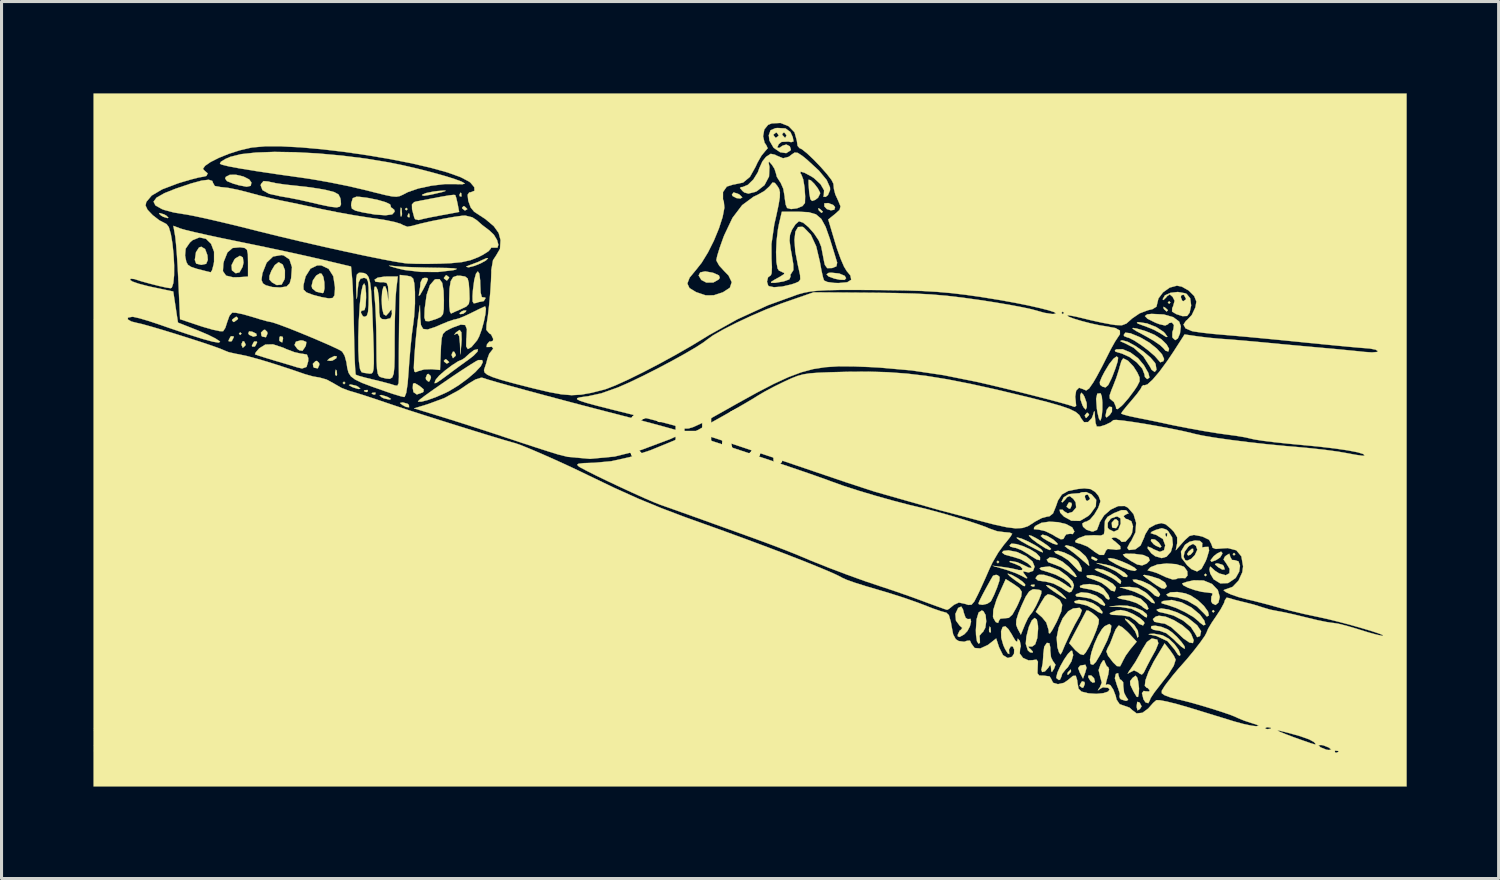
<source format=kicad_pcb>
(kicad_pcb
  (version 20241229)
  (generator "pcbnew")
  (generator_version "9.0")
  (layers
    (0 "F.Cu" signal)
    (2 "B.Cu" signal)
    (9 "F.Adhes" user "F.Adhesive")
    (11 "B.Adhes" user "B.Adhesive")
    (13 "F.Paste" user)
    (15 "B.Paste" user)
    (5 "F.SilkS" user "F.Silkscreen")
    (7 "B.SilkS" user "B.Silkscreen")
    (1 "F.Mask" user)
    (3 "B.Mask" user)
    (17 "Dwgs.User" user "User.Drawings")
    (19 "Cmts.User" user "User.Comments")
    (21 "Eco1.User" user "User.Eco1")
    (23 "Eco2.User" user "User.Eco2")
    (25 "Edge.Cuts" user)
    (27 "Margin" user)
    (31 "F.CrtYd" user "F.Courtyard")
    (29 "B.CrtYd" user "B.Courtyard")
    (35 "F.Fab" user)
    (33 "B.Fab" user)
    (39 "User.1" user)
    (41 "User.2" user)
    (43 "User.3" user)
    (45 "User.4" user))
  (footprint "CHOICE"
    (layer "F.Cu")
    (at 21.426 11.266)
    (property "Reference" "CHOICE" (at 0 0 0) (layer "F.SilkS") (effects (font (size 1.524 1.524) (thickness 0.3))))
    (attr through_hole)
    (fp_poly (pts (xy -16.595 -3.429) (xy -16.637 -3.387) (xy -16.679 -3.429) (xy -16.637 -3.471) (xy -16.595 -3.429)) (stroke (width 0.01) (type solid)) (fill yes) (layer "F.SilkS"))
    (fp_poly (pts (xy -13.208 -1.82) (xy -13.25 -1.778) (xy -13.293 -1.82) (xy -13.25 -1.863) (xy -13.208 -1.82)) (stroke (width 0.01) (type solid)) (fill yes) (layer "F.SilkS"))
    (fp_poly (pts (xy -11.176 -7.493) (xy -11.218 -7.451) (xy -11.261 -7.493) (xy -11.218 -7.535) (xy -11.176 -7.493)) (stroke (width 0.01) (type solid)) (fill yes) (layer "F.SilkS"))
    (fp_poly (pts (xy 8.128 4.022) (xy 8.086 4.064) (xy 8.043 4.022) (xy 8.086 3.979) (xy 8.128 4.022)) (stroke (width 0.01) (type solid)) (fill yes) (layer "F.SilkS"))
    (fp_poly (pts (xy 13.716 -4.445) (xy 13.674 -4.403) (xy 13.631 -4.445) (xy 13.674 -4.487) (xy 13.716 -4.445)) (stroke (width 0.01) (type solid)) (fill yes) (layer "F.SilkS"))
    (fp_poly (pts (xy 14.901 4.445) (xy 14.859 4.487) (xy 14.817 4.445) (xy 14.859 4.403) (xy 14.901 4.445)) (stroke (width 0.01) (type solid)) (fill yes) (layer "F.SilkS"))
    (fp_poly (pts (xy 15.155 5.63) (xy 15.113 5.673) (xy 15.071 5.63) (xy 15.113 5.588) (xy 15.155 5.63)) (stroke (width 0.01) (type solid)) (fill yes) (layer "F.SilkS"))
    (fp_poly (pts (xy 15.833 3.768) (xy 15.79 3.81) (xy 15.748 3.768) (xy 15.79 3.725) (xy 15.833 3.768)) (stroke (width 0.01) (type solid)) (fill yes) (layer "F.SilkS"))
    (fp_poly (pts (xy -13.489 -2.217) (xy -13.479 -2.085) (xy -13.496 -2.055) (xy -13.534 -2.08) (xy -13.54 -2.166) (xy -13.519 -2.256) (xy -13.489 -2.217)) (stroke (width 0.01) (type solid)) (fill yes) (layer "F.SilkS"))
    (fp_poly (pts (xy -12.474 -1.58) (xy -12.486 -1.53) (xy -12.531 -1.524) (xy -12.6 -1.555) (xy -12.587 -1.58) (xy -12.487 -1.591) (xy -12.474 -1.58)) (stroke (width 0.01) (type solid)) (fill yes) (layer "F.SilkS"))
    (fp_poly (pts (xy -12.22 -1.496) (xy -12.232 -1.445) (xy -12.277 -1.439) (xy -12.346 -1.47) (xy -12.333 -1.496) (xy -12.233 -1.506) (xy -12.22 -1.496)) (stroke (width 0.01) (type solid)) (fill yes) (layer "F.SilkS"))
    (fp_poly (pts (xy -11.12 -7.338) (xy -11.109 -7.237) (xy -11.12 -7.225) (xy -11.17 -7.237) (xy -11.176 -7.281) (xy -11.145 -7.351) (xy -11.12 -7.338)) (stroke (width 0.01) (type solid)) (fill yes) (layer "F.SilkS"))
    (fp_poly (pts (xy -9.426 -8.015) (xy -9.416 -7.915) (xy -9.426 -7.902) (xy -9.477 -7.914) (xy -9.483 -7.959) (xy -9.452 -8.028) (xy -9.426 -8.015)) (stroke (width 0.01) (type solid)) (fill yes) (layer "F.SilkS"))
    (fp_poly (pts (xy 7.847 6.165) (xy 7.857 6.297) (xy 7.84 6.327) (xy 7.802 6.302) (xy 7.796 6.216) (xy 7.817 6.126) (xy 7.847 6.165)) (stroke (width 0.01) (type solid)) (fill yes) (layer "F.SilkS"))
    (fp_poly (pts (xy 9.285 4.77) (xy 9.273 4.82) (xy 9.229 4.826) (xy 9.159 4.795) (xy 9.172 4.77) (xy 9.273 4.759) (xy 9.285 4.77)) (stroke (width 0.01) (type solid)) (fill yes) (layer "F.SilkS"))
    (fp_poly (pts (xy -16.509 -3.174) (xy -16.46 -3.073) (xy -16.471 -3.042) (xy -16.553 -2.967) (xy -16.593 -3.053) (xy -16.595 -3.095) (xy -16.553 -3.183) (xy -16.509 -3.174)) (stroke (width 0.01) (type solid)) (fill yes) (layer "F.SilkS"))
    (fp_poly (pts (xy -16.25 -3.494) (xy -16.112 -3.427) (xy -16.102 -3.358) (xy -16.21 -3.33) (xy -16.346 -3.391) (xy -16.373 -3.434) (xy -16.349 -3.503) (xy -16.25 -3.494)) (stroke (width 0.01) (type solid)) (fill yes) (layer "F.SilkS"))
    (fp_poly (pts (xy -15.252 -3.325) (xy -15.24 -3.265) (xy -15.268 -3.142) (xy -15.341 -3.179) (xy -15.363 -3.211) (xy -15.353 -3.32) (xy -15.326 -3.343) (xy -15.252 -3.325)) (stroke (width 0.01) (type solid)) (fill yes) (layer "F.SilkS"))
    (fp_poly (pts (xy -9.651 -2.835) (xy -9.602 -2.734) (xy -9.613 -2.703) (xy -9.695 -2.628) (xy -9.735 -2.714) (xy -9.737 -2.757) (xy -9.695 -2.844) (xy -9.651 -2.835)) (stroke (width 0.01) (type solid)) (fill yes) (layer "F.SilkS"))
    (fp_poly (pts (xy -9.272 -4.148) (xy -9.362 -4.078) (xy -9.459 -4.066) (xy -9.483 -4.097) (xy -9.416 -4.152) (xy -9.351 -4.181) (xy -9.264 -4.187) (xy -9.272 -4.148)) (stroke (width 0.01) (type solid)) (fill yes) (layer "F.SilkS"))
    (fp_poly (pts (xy 2.273 -7.501) (xy 2.363 -7.422) (xy 2.371 -7.403) (xy 2.33 -7.369) (xy 2.247 -7.447) (xy 2.236 -7.464) (xy 2.226 -7.522) (xy 2.273 -7.501)) (stroke (width 0.01) (type solid)) (fill yes) (layer "F.SilkS"))
    (fp_poly (pts (xy 11.214 3.862) (xy 11.333 3.931) (xy 11.313 3.975) (xy 11.266 3.979) (xy 11.151 3.918) (xy 11.134 3.896) (xy 11.148 3.848) (xy 11.214 3.862)) (stroke (width 0.01) (type solid)) (fill yes) (layer "F.SilkS"))
    (fp_poly (pts (xy 13.534 -4.284) (xy 13.624 -4.205) (xy 13.631 -4.186) (xy 13.591 -4.151) (xy 13.507 -4.229) (xy 13.496 -4.246) (xy 13.486 -4.304) (xy 13.534 -4.284)) (stroke (width 0.01) (type solid)) (fill yes) (layer "F.SilkS"))
    (fp_poly (pts (xy 14.458 3.685) (xy 14.373 3.782) (xy 14.293 3.81) (xy 14.259 3.762) (xy 14.31 3.681) (xy 14.414 3.592) (xy 14.456 3.591) (xy 14.458 3.685)) (stroke (width 0.01) (type solid)) (fill yes) (layer "F.SilkS"))
    (fp_poly (pts (xy -19.123 -7.321) (xy -19.05 -7.281) (xy -18.982 -7.214) (xy -19.008 -7.199) (xy -19.147 -7.241) (xy -19.219 -7.281) (xy -19.287 -7.348) (xy -19.262 -7.363) (xy -19.123 -7.321)) (stroke (width 0.01) (type solid)) (fill yes) (layer "F.SilkS"))
    (fp_poly (pts (xy -16.855 -3.34) (xy -16.849 -3.312) (xy -16.91 -3.192) (xy -16.933 -3.175) (xy -17.011 -3.179) (xy -17.018 -3.207) (xy -16.956 -3.327) (xy -16.933 -3.344) (xy -16.855 -3.34)) (stroke (width 0.01) (type solid)) (fill yes) (layer "F.SilkS"))
    (fp_poly (pts (xy -16.708 -3.927) (xy -16.722 -3.895) (xy -16.834 -3.813) (xy -16.859 -3.81) (xy -16.905 -3.862) (xy -16.891 -3.895) (xy -16.779 -3.976) (xy -16.754 -3.979) (xy -16.708 -3.927)) (stroke (width 0.01) (type solid)) (fill yes) (layer "F.SilkS"))
    (fp_poly (pts (xy -16.093 -3.171) (xy -16.087 -3.143) (xy -16.148 -3.023) (xy -16.171 -3.006) (xy -16.249 -3.01) (xy -16.256 -3.038) (xy -16.194 -3.158) (xy -16.171 -3.175) (xy -16.093 -3.171)) (stroke (width 0.01) (type solid)) (fill yes) (layer "F.SilkS"))
    (fp_poly (pts (xy -15.757 -3.487) (xy -15.748 -3.429) (xy -15.8 -3.312) (xy -15.917 -3.333) (xy -15.943 -3.356) (xy -15.96 -3.462) (xy -15.875 -3.547) (xy -15.828 -3.556) (xy -15.757 -3.487)) (stroke (width 0.01) (type solid)) (fill yes) (layer "F.SilkS"))
    (fp_poly (pts (xy -14.064 -2.471) (xy -14.055 -2.413) (xy -14.107 -2.296) (xy -14.224 -2.317) (xy -14.25 -2.34) (xy -14.267 -2.446) (xy -14.181 -2.531) (xy -14.134 -2.54) (xy -14.064 -2.471)) (stroke (width 0.01) (type solid)) (fill yes) (layer "F.SilkS"))
    (fp_poly (pts (xy -13.487 -2.687) (xy -13.504 -2.625) (xy -13.625 -2.551) (xy -13.7 -2.541) (xy -13.795 -2.555) (xy -13.733 -2.614) (xy -13.716 -2.625) (xy -13.561 -2.699) (xy -13.487 -2.687)) (stroke (width 0.01) (type solid)) (fill yes) (layer "F.SilkS"))
    (fp_poly (pts (xy -12.858 -1.731) (xy -12.785 -1.693) (xy -12.718 -1.63) (xy -12.78 -1.622) (xy -12.937 -1.669) (xy -12.996 -1.693) (xy -13.092 -1.751) (xy -13.039 -1.771) (xy -12.858 -1.731)) (stroke (width 0.01) (type solid)) (fill yes) (layer "F.SilkS"))
    (fp_poly (pts (xy -11.87 -1.379) (xy -11.811 -1.355) (xy -11.716 -1.297) (xy -11.769 -1.277) (xy -11.949 -1.317) (xy -12.023 -1.355) (xy -12.089 -1.418) (xy -12.028 -1.426) (xy -11.87 -1.379)) (stroke (width 0.01) (type solid)) (fill yes) (layer "F.SilkS"))
    (fp_poly (pts (xy -11.376 -7.527) (xy -11.371 -7.513) (xy -11.359 -7.328) (xy -11.374 -7.259) (xy -11.402 -7.256) (xy -11.414 -7.388) (xy -11.413 -7.408) (xy -11.401 -7.54) (xy -11.376 -7.527)) (stroke (width 0.01) (type solid)) (fill yes) (layer "F.SilkS"))
    (fp_poly (pts (xy -11.176 -1.141) (xy -11.134 -1.101) (xy -11.127 -1.026) (xy -11.228 -1.038) (xy -11.345 -1.101) (xy -11.425 -1.166) (xy -11.348 -1.184) (xy -11.329 -1.184) (xy -11.176 -1.141)) (stroke (width 0.01) (type solid)) (fill yes) (layer "F.SilkS"))
    (fp_poly (pts (xy -10.424 -2.048) (xy -10.414 -1.99) (xy -10.46 -1.877) (xy -10.499 -1.863) (xy -10.574 -1.931) (xy -10.583 -1.99) (xy -10.538 -2.102) (xy -10.499 -2.117) (xy -10.424 -2.048)) (stroke (width 0.01) (type solid)) (fill yes) (layer "F.SilkS"))
    (fp_poly (pts (xy -9.906 -2.582) (xy -9.825 -2.506) (xy -9.821 -2.493) (xy -9.887 -2.456) (xy -9.906 -2.455) (xy -9.987 -2.52) (xy -9.991 -2.545) (xy -9.939 -2.596) (xy -9.906 -2.582)) (stroke (width 0.01) (type solid)) (fill yes) (layer "F.SilkS"))
    (fp_poly (pts (xy -9.824 -5.27) (xy -9.821 -5.249) (xy -9.886 -5.167) (xy -9.906 -5.165) (xy -9.988 -5.229) (xy -9.991 -5.249) (xy -9.926 -5.332) (xy -9.906 -5.334) (xy -9.824 -5.27)) (stroke (width 0.01) (type solid)) (fill yes) (layer "F.SilkS"))
    (fp_poly (pts (xy -9.313 -7.578) (xy -9.233 -7.502) (xy -9.229 -7.488) (xy -9.294 -7.452) (xy -9.313 -7.451) (xy -9.395 -7.516) (xy -9.398 -7.54) (xy -9.346 -7.591) (xy -9.313 -7.578)) (stroke (width 0.01) (type solid)) (fill yes) (layer "F.SilkS"))
    (fp_poly (pts (xy -0.382 -7.986) (xy -0.341 -7.962) (xy -0.254 -7.875) (xy -0.316 -7.838) (xy -0.445 -7.853) (xy -0.57 -7.919) (xy -0.593 -7.965) (xy -0.538 -8.038) (xy -0.382 -7.986)) (stroke (width 0.01) (type solid)) (fill yes) (layer "F.SilkS"))
    (fp_poly (pts (xy 10.472 7.59) (xy 10.456 7.62) (xy 10.377 7.701) (xy 10.362 7.705) (xy 10.356 7.65) (xy 10.372 7.62) (xy 10.451 7.539) (xy 10.466 7.535) (xy 10.472 7.59)) (stroke (width 0.01) (type solid)) (fill yes) (layer "F.SilkS"))
    (fp_poly (pts (xy 10.486 2.094) (xy 10.499 2.154) (xy 10.454 2.27) (xy 10.414 2.286) (xy 10.332 2.225) (xy 10.329 2.206) (xy 10.391 2.092) (xy 10.414 2.074) (xy 10.486 2.094)) (stroke (width 0.01) (type solid)) (fill yes) (layer "F.SilkS"))
    (fp_poly (pts (xy 10.91 7.936) (xy 10.922 7.996) (xy 10.878 8.112) (xy 10.837 8.128) (xy 10.755 8.067) (xy 10.753 8.048) (xy 10.814 7.934) (xy 10.837 7.916) (xy 10.91 7.936)) (stroke (width 0.01) (type solid)) (fill yes) (layer "F.SilkS"))
    (fp_poly (pts (xy 10.978 7.474) (xy 10.936 7.626) (xy 10.863 7.825) (xy 10.762 7.637) (xy 10.705 7.487) (xy 10.76 7.412) (xy 10.795 7.397) (xy 10.942 7.375) (xy 10.978 7.474)) (stroke (width 0.01) (type solid)) (fill yes) (layer "F.SilkS"))
    (fp_poly (pts (xy 11.062 -0.795) (xy 11.049 -0.762) (xy 10.973 -0.681) (xy 10.959 -0.677) (xy 10.923 -0.743) (xy 10.922 -0.762) (xy 10.987 -0.843) (xy 11.012 -0.847) (xy 11.062 -0.795)) (stroke (width 0.01) (type solid)) (fill yes) (layer "F.SilkS"))
    (fp_poly (pts (xy 11.223 7.815) (xy 11.252 7.931) (xy 11.249 7.943) (xy 11.179 7.96) (xy 11.104 7.902) (xy 11.033 7.779) (xy 11.042 7.726) (xy 11.132 7.725) (xy 11.223 7.815)) (stroke (width 0.01) (type solid)) (fill yes) (layer "F.SilkS"))
    (fp_poly (pts (xy 12.012 2.687) (xy 12.012 2.815) (xy 11.944 2.917) (xy 11.835 2.907) (xy 11.812 2.88) (xy 11.801 2.739) (xy 11.893 2.635) (xy 11.943 2.625) (xy 12.012 2.687)) (stroke (width 0.01) (type solid)) (fill yes) (layer "F.SilkS"))
    (fp_poly (pts (xy 12.696 8.6) (xy 12.717 8.619) (xy 12.775 8.734) (xy 12.717 8.822) (xy 12.641 8.864) (xy 12.616 8.761) (xy 12.615 8.721) (xy 12.632 8.586) (xy 12.696 8.6)) (stroke (width 0.01) (type solid)) (fill yes) (layer "F.SilkS"))
    (fp_poly (pts (xy 13.213 3.29) (xy 13.337 3.389) (xy 13.421 3.516) (xy 13.381 3.552) (xy 13.241 3.491) (xy 13.169 3.442) (xy 13.076 3.333) (xy 13.099 3.275) (xy 13.213 3.29)) (stroke (width 0.01) (type solid)) (fill yes) (layer "F.SilkS"))
    (fp_poly (pts (xy 15.411 4.112) (xy 15.455 4.154) (xy 15.487 4.263) (xy 15.408 4.27) (xy 15.276 4.193) (xy 15.17 4.101) (xy 15.2 4.07) (xy 15.256 4.067) (xy 15.411 4.112)) (stroke (width 0.01) (type solid)) (fill yes) (layer "F.SilkS"))
    (fp_poly (pts (xy -10.79 -1.725) (xy -10.652 -1.611) (xy -10.658 -1.532) (xy -10.684 -1.512) (xy -10.874 -1.443) (xy -10.984 -1.52) (xy -11.007 -1.653) (xy -10.998 -1.796) (xy -10.94 -1.814) (xy -10.79 -1.725)) (stroke (width 0.01) (type solid)) (fill yes) (layer "F.SilkS"))
    (fp_poly (pts (xy 2.555 -7.689) (xy 2.717 -7.625) (xy 2.773 -7.556) (xy 2.747 -7.472) (xy 2.635 -7.453) (xy 2.503 -7.495) (xy 2.422 -7.583) (xy 2.423 -7.681) (xy 2.553 -7.69) (xy 2.555 -7.689)) (stroke (width 0.01) (type solid)) (fill yes) (layer "F.SilkS"))
    (fp_poly (pts (xy 11.797 -1.035) (xy 11.81 -1.017) (xy 11.808 -0.885) (xy 11.736 -0.778) (xy 11.633 -0.692) (xy 11.601 -0.733) (xy 11.601 -0.765) (xy 11.636 -0.941) (xy 11.713 -1.045) (xy 11.797 -1.035)) (stroke (width 0.01) (type solid)) (fill yes) (layer "F.SilkS"))
    (fp_poly (pts (xy -17.783 -6.189) (xy -17.708 -5.988) (xy -17.695 -5.835) (xy -17.749 -5.707) (xy -17.907 -5.673) (xy -18.074 -5.714) (xy -18.119 -5.835) (xy -18.081 -6.087) (xy -17.982 -6.24) (xy -17.907 -6.265) (xy -17.783 -6.189)) (stroke (width 0.01) (type solid)) (fill yes) (layer "F.SilkS"))
    (fp_poly (pts (xy -16.552 -5.916) (xy -16.53 -5.748) (xy -16.56 -5.609) (xy -16.661 -5.429) (xy -16.785 -5.4) (xy -16.907 -5.493) (xy -16.921 -5.662) (xy -16.826 -5.85) (xy -16.795 -5.884) (xy -16.648 -5.97) (xy -16.552 -5.916)) (stroke (width 0.01) (type solid)) (fill yes) (layer "F.SilkS"))
    (fp_poly (pts (xy -14.59 -3.203) (xy -14.48 -3.157) (xy -14.495 -3.045) (xy -14.52 -2.994) (xy -14.606 -2.87) (xy -14.71 -2.887) (xy -14.773 -2.931) (xy -14.866 -3.06) (xy -14.82 -3.167) (xy -14.662 -3.21) (xy -14.59 -3.203)) (stroke (width 0.01) (type solid)) (fill yes) (layer "F.SilkS"))
    (fp_poly (pts (xy 2.91 -5.391) (xy 3.086 -5.317) (xy 3.133 -5.24) (xy 3.086 -5.183) (xy 2.927 -5.188) (xy 2.752 -5.225) (xy 2.563 -5.294) (xy 2.495 -5.365) (xy 2.562 -5.412) (xy 2.643 -5.419) (xy 2.91 -5.391)) (stroke (width 0.01) (type solid)) (fill yes) (layer "F.SilkS"))
    (fp_poly (pts (xy 9.737 4.784) (xy 9.948 4.886) (xy 10.158 5.046) (xy 10.294 5.185) (xy 10.315 5.231) (xy 10.214 5.18) (xy 9.984 5.033) (xy 9.906 4.981) (xy 9.71 4.839) (xy 9.661 4.776) (xy 9.737 4.784)) (stroke (width 0.01) (type solid)) (fill yes) (layer "F.SilkS"))
    (fp_poly (pts (xy 10.868 -1.444) (xy 10.91 -1.371) (xy 10.982 -1.169) (xy 10.987 -1.033) (xy 10.953 -0.952) (xy 10.892 -1.011) (xy 10.849 -1.084) (xy 10.778 -1.286) (xy 10.772 -1.423) (xy 10.807 -1.503) (xy 10.868 -1.444)) (stroke (width 0.01) (type solid)) (fill yes) (layer "F.SilkS"))
    (fp_poly (pts (xy 15.409 3.731) (xy 15.409 3.753) (xy 15.34 3.87) (xy 15.202 3.962) (xy 15.056 4.015) (xy 15.026 3.977) (xy 15.034 3.953) (xy 15.133 3.828) (xy 15.242 3.744) (xy 15.37 3.682) (xy 15.409 3.731)) (stroke (width 0.01) (type solid)) (fill yes) (layer "F.SilkS"))
    (fp_poly (pts (xy -9.931 -8.088) (xy -10.038 -8.052) (xy -10.308 -7.988) (xy -10.445 -7.958) (xy -10.642 -7.928) (xy -10.707 -7.948) (xy -10.696 -7.965) (xy -10.572 -8.017) (xy -10.343 -8.064) (xy -10.199 -8.082) (xy -9.986 -8.098) (xy -9.931 -8.088)) (stroke (width 0.01) (type solid)) (fill yes) (layer "F.SilkS"))
    (fp_poly (pts (xy -1.219 -5.417) (xy -1.185 -5.406) (xy -1.016 -5.329) (xy -0.99 -5.25) (xy -1.024 -5.198) (xy -1.202 -5.097) (xy -1.428 -5.096) (xy -1.592 -5.182) (xy -1.679 -5.328) (xy -1.628 -5.427) (xy -1.466 -5.461) (xy -1.219 -5.417)) (stroke (width 0.01) (type solid)) (fill yes) (layer "F.SilkS"))
    (fp_poly (pts (xy 9.692 3.172) (xy 9.878 3.281) (xy 9.906 3.302) (xy 10.032 3.42) (xy 10.02 3.462) (xy 9.888 3.423) (xy 9.716 3.338) (xy 9.554 3.239) (xy 9.483 3.174) (xy 9.483 3.172) (xy 9.543 3.13) (xy 9.692 3.172)) (stroke (width 0.01) (type solid)) (fill yes) (layer "F.SilkS"))
    (fp_poly (pts (xy -16.765 -8.611) (xy -16.533 -8.556) (xy -16.346 -8.462) (xy -16.272 -8.361) (xy -16.294 -8.252) (xy -16.427 -8.223) (xy -16.687 -8.272) (xy -16.868 -8.325) (xy -17.07 -8.407) (xy -17.129 -8.49) (xy -17.109 -8.544) (xy -16.978 -8.612) (xy -16.765 -8.611)) (stroke (width 0.01) (type solid)) (fill yes) (layer "F.SilkS"))
    (fp_poly (pts (xy -10.537 -5.245) (xy -10.511 -5.206) (xy -10.554 -5.094) (xy -10.668 -4.871) (xy -10.673 -4.862) (xy -10.773 -4.687) (xy -10.811 -4.667) (xy -10.801 -4.741) (xy -10.764 -4.966) (xy -10.754 -5.101) (xy -10.693 -5.226) (xy -10.626 -5.249) (xy -10.537 -5.245)) (stroke (width 0.01) (type solid)) (fill yes) (layer "F.SilkS"))
    (fp_poly (pts (xy -9.42 -3.473) (xy -9.412 -3.241) (xy -9.42 -3.12) (xy -9.453 -2.752) (xy -9.468 -3.116) (xy -9.492 -3.348) (xy -9.545 -3.431) (xy -9.588 -3.422) (xy -9.652 -3.397) (xy -9.592 -3.473) (xy -9.59 -3.474) (xy -9.479 -3.55) (xy -9.42 -3.473)) (stroke (width 0.01) (type solid)) (fill yes) (layer "F.SilkS"))
    (fp_poly (pts (xy -8.551 -5.889) (xy -8.622 -5.816) (xy -8.791 -5.723) (xy -8.994 -5.641) (xy -9.168 -5.597) (xy -9.203 -5.595) (xy -9.265 -5.616) (xy -9.159 -5.662) (xy -9.139 -5.668) (xy -8.893 -5.76) (xy -8.737 -5.833) (xy -8.598 -5.893) (xy -8.551 -5.889)) (stroke (width 0.01) (type solid)) (fill yes) (layer "F.SilkS"))
    (fp_poly (pts (xy 8.541 4.445) (xy 8.719 4.543) (xy 8.884 4.658) (xy 8.972 4.748) (xy 8.975 4.76) (xy 8.969 4.808) (xy 8.927 4.805) (xy 8.814 4.733) (xy 8.638 4.61) (xy 8.475 4.485) (xy 8.406 4.411) (xy 8.414 4.403) (xy 8.541 4.445)) (stroke (width 0.01) (type solid)) (fill yes) (layer "F.SilkS"))
    (fp_poly (pts (xy 9.184 3.169) (xy 9.351 3.256) (xy 9.547 3.376) (xy 9.72 3.497) (xy 9.816 3.585) (xy 9.821 3.6) (xy 9.774 3.632) (xy 9.625 3.566) (xy 9.377 3.406) (xy 9.197 3.27) (xy 9.103 3.172) (xy 9.1 3.148) (xy 9.184 3.169)) (stroke (width 0.01) (type solid)) (fill yes) (layer "F.SilkS"))
    (fp_poly (pts (xy 11.592 4.103) (xy 11.817 4.164) (xy 12.039 4.26) (xy 12.219 4.369) (xy 12.313 4.465) (xy 12.3 4.515) (xy 12.185 4.503) (xy 12.092 4.435) (xy 11.931 4.323) (xy 11.693 4.206) (xy 11.633 4.181) (xy 11.303 4.056) (xy 11.592 4.103)) (stroke (width 0.01) (type solid)) (fill yes) (layer "F.SilkS"))
    (fp_poly (pts (xy 12.514 3.755) (xy 12.538 3.756) (xy 12.832 3.794) (xy 13.005 3.871) (xy 13.04 3.972) (xy 12.943 4.072) (xy 12.793 4.134) (xy 12.633 4.104) (xy 12.424 3.987) (xy 12.223 3.85) (xy 12.165 3.777) (xy 12.259 3.751) (xy 12.514 3.755)) (stroke (width 0.01) (type solid)) (fill yes) (layer "F.SilkS"))
    (fp_poly (pts (xy 12.63 7.791) (xy 12.66 7.895) (xy 12.691 8.144) (xy 12.683 8.31) (xy 12.658 8.427) (xy 12.615 8.421) (xy 12.53 8.28) (xy 12.499 8.223) (xy 12.406 8.027) (xy 12.4 7.91) (xy 12.476 7.808) (xy 12.575 7.732) (xy 12.63 7.791)) (stroke (width 0.01) (type solid)) (fill yes) (layer "F.SilkS"))
    (fp_poly (pts (xy -15.251 -5.684) (xy -15.179 -5.499) (xy -15.18 -5.257) (xy -15.192 -5.201) (xy -15.287 -5.029) (xy -15.446 -5.014) (xy -15.6 -5.101) (xy -15.686 -5.193) (xy -15.685 -5.312) (xy -15.62 -5.482) (xy -15.509 -5.666) (xy -15.392 -5.756) (xy -15.377 -5.757) (xy -15.251 -5.684)) (stroke (width 0.01) (type solid)) (fill yes) (layer "F.SilkS"))
    (fp_poly (pts (xy -13.983 -5.384) (xy -13.925 -5.282) (xy -13.892 -5.102) (xy -13.887 -4.912) (xy -13.913 -4.778) (xy -13.949 -4.751) (xy -14.078 -4.779) (xy -14.161 -4.8) (xy -14.286 -4.902) (xy -14.309 -4.985) (xy -14.264 -5.17) (xy -14.158 -5.324) (xy -14.036 -5.396) (xy -13.983 -5.384)) (stroke (width 0.01) (type solid)) (fill yes) (layer "F.SilkS"))
    (fp_poly (pts (xy 8.855 3.258) (xy 9.079 3.356) (xy 9.309 3.479) (xy 9.48 3.594) (xy 9.524 3.639) (xy 9.555 3.692) (xy 9.546 3.708) (xy 9.467 3.676) (xy 9.29 3.586) (xy 9.059 3.465) (xy 8.837 3.34) (xy 8.709 3.251) (xy 8.703 3.219) (xy 8.855 3.258)) (stroke (width 0.01) (type solid)) (fill yes) (layer "F.SilkS"))
    (fp_poly (pts (xy 11.042 5.034) (xy 11.287 5.119) (xy 11.474 5.252) (xy 11.585 5.403) (xy 11.567 5.455) (xy 11.438 5.397) (xy 11.344 5.33) (xy 11.108 5.215) (xy 10.842 5.167) (xy 10.656 5.151) (xy 10.619 5.103) (xy 10.645 5.069) (xy 10.806 5.012) (xy 11.042 5.034)) (stroke (width 0.01) (type solid)) (fill yes) (layer "F.SilkS"))
    (fp_poly (pts (xy 11.44 -1.476) (xy 11.477 -1.377) (xy 11.495 -1.181) (xy 11.494 -0.947) (xy 11.475 -0.736) (xy 11.44 -0.607) (xy 11.42 -0.593) (xy 11.379 -0.668) (xy 11.334 -0.86) (xy 11.315 -0.982) (xy 11.291 -1.303) (xy 11.329 -1.471) (xy 11.426 -1.483) (xy 11.44 -1.476)) (stroke (width 0.01) (type solid)) (fill yes) (layer "F.SilkS"))
    (fp_poly (pts (xy 12.315 5.45) (xy 12.579 5.513) (xy 12.804 5.611) (xy 12.938 5.722) (xy 12.954 5.771) (xy 12.944 5.829) (xy 12.89 5.814) (xy 12.751 5.713) (xy 12.7 5.673) (xy 12.442 5.548) (xy 12.107 5.491) (xy 11.726 5.475) (xy 12.065 5.44) (xy 12.315 5.45)) (stroke (width 0.01) (type solid)) (fill yes) (layer "F.SilkS"))
    (fp_poly (pts (xy 12.328 5.911) (xy 12.338 5.916) (xy 12.53 6.07) (xy 12.654 6.268) (xy 12.674 6.448) (xy 12.67 6.461) (xy 12.633 6.488) (xy 12.622 6.425) (xy 12.561 6.279) (xy 12.42 6.092) (xy 12.383 6.053) (xy 12.248 5.911) (xy 12.232 5.869) (xy 12.328 5.911)) (stroke (width 0.01) (type solid)) (fill yes) (layer "F.SilkS"))
    (fp_poly (pts (xy 12.66 4.871) (xy 12.912 5.02) (xy 12.974 5.073) (xy 13.13 5.232) (xy 13.203 5.346) (xy 13.2 5.37) (xy 13.115 5.352) (xy 12.998 5.251) (xy 12.825 5.125) (xy 12.568 5.003) (xy 12.456 4.963) (xy 12.065 4.844) (xy 12.381 4.835) (xy 12.66 4.871)) (stroke (width 0.01) (type solid)) (fill yes) (layer "F.SilkS"))
    (fp_poly (pts (xy 13.039 4.478) (xy 13.077 4.486) (xy 13.355 4.576) (xy 13.538 4.69) (xy 13.594 4.806) (xy 13.583 4.836) (xy 13.522 4.894) (xy 13.424 4.878) (xy 13.252 4.776) (xy 13.127 4.688) (xy 12.909 4.531) (xy 12.824 4.456) (xy 12.869 4.443) (xy 13.039 4.478)) (stroke (width 0.01) (type solid)) (fill yes) (layer "F.SilkS"))
    (fp_poly (pts (xy 1.981 -8.431) (xy 2.095 -8.32) (xy 2.21 -8.17) (xy 2.28 -8.037) (xy 2.286 -8.004) (xy 2.219 -7.867) (xy 2.125 -7.794) (xy 2.023 -7.758) (xy 1.967 -7.817) (xy 1.934 -8.004) (xy 1.927 -8.066) (xy 1.909 -8.292) (xy 1.907 -8.434) (xy 1.912 -8.453) (xy 1.981 -8.431)) (stroke (width 0.01) (type solid)) (fill yes) (layer "F.SilkS"))
    (fp_poly (pts (xy 11.914 3.926) (xy 12.135 4.005) (xy 12.363 4.106) (xy 12.541 4.205) (xy 12.615 4.276) (xy 12.615 4.277) (xy 12.548 4.314) (xy 12.368 4.279) (xy 12.115 4.18) (xy 11.941 4.095) (xy 11.735 3.977) (xy 11.674 3.914) (xy 11.746 3.895) (xy 11.754 3.895) (xy 11.914 3.926)) (stroke (width 0.01) (type solid)) (fill yes) (layer "F.SilkS"))
    (fp_poly (pts (xy 12.746 5.222) (xy 12.936 5.402) (xy 13 5.546) (xy 12.953 5.583) (xy 12.823 5.503) (xy 12.777 5.459) (xy 12.617 5.365) (xy 12.368 5.282) (xy 12.272 5.261) (xy 12.052 5.216) (xy 11.982 5.184) (xy 12.046 5.15) (xy 12.125 5.127) (xy 12.446 5.112) (xy 12.746 5.222)) (stroke (width 0.01) (type solid)) (fill yes) (layer "F.SilkS"))
    (fp_poly (pts (xy 12.796 4.648) (xy 13.05 4.766) (xy 13.258 4.915) (xy 13.37 5.056) (xy 13.377 5.093) (xy 13.328 5.162) (xy 13.212 5.119) (xy 13.113 5.025) (xy 12.956 4.897) (xy 12.732 4.774) (xy 12.712 4.766) (xy 12.52 4.664) (xy 12.483 4.6) (xy 12.589 4.593) (xy 12.796 4.648)) (stroke (width 0.01) (type solid)) (fill yes) (layer "F.SilkS"))
    (fp_poly (pts (xy 12.952 -3.762) (xy 13.249 -3.646) (xy 13.488 -3.491) (xy 13.536 -3.442) (xy 13.618 -3.326) (xy 13.577 -3.32) (xy 13.411 -3.424) (xy 13.386 -3.441) (xy 13.175 -3.557) (xy 12.902 -3.668) (xy 12.838 -3.689) (xy 12.647 -3.759) (xy 12.622 -3.797) (xy 12.682 -3.804) (xy 12.952 -3.762)) (stroke (width 0.01) (type solid)) (fill yes) (layer "F.SilkS"))
    (fp_poly (pts (xy 9.967 3.896) (xy 10.196 4.014) (xy 10.41 4.19) (xy 10.59 4.389) (xy 10.657 4.502) (xy 10.613 4.515) (xy 10.462 4.414) (xy 10.383 4.349) (xy 10.15 4.193) (xy 9.91 4.095) (xy 9.893 4.091) (xy 9.73 4.029) (xy 9.679 3.949) (xy 9.679 3.947) (xy 9.782 3.869) (xy 9.967 3.896)) (stroke (width 0.01) (type solid)) (fill yes) (layer "F.SilkS"))
    (fp_poly (pts (xy 10.252 3.714) (xy 10.473 3.821) (xy 10.657 3.954) (xy 10.721 4.027) (xy 10.82 4.228) (xy 10.815 4.333) (xy 10.727 4.318) (xy 10.586 4.17) (xy 10.386 3.967) (xy 10.16 3.824) (xy 10.133 3.813) (xy 9.974 3.739) (xy 9.926 3.678) (xy 9.929 3.674) (xy 10.052 3.656) (xy 10.252 3.714)) (stroke (width 0.01) (type solid)) (fill yes) (layer "F.SilkS"))
    (fp_poly (pts (xy 10.531 3.529) (xy 10.761 3.665) (xy 10.951 3.838) (xy 11.029 3.971) (xy 11.061 4.11) (xy 11.062 4.146) (xy 10.997 4.094) (xy 10.85 3.968) (xy 10.788 3.913) (xy 10.578 3.738) (xy 10.393 3.6) (xy 10.364 3.582) (xy 10.267 3.504) (xy 10.318 3.477) (xy 10.329 3.477) (xy 10.531 3.529)) (stroke (width 0.01) (type solid)) (fill yes) (layer "F.SilkS"))
    (fp_poly (pts (xy 10.951 5.287) (xy 11.189 5.369) (xy 11.374 5.49) (xy 11.39 5.506) (xy 11.501 5.655) (xy 11.485 5.706) (xy 11.355 5.651) (xy 11.232 5.569) (xy 10.993 5.443) (xy 10.753 5.385) (xy 10.75 5.385) (xy 10.599 5.358) (xy 10.581 5.303) (xy 10.582 5.302) (xy 10.727 5.259) (xy 10.951 5.287)) (stroke (width 0.01) (type solid)) (fill yes) (layer "F.SilkS"))
    (fp_poly (pts (xy 11.371 4.787) (xy 11.531 4.889) (xy 11.695 5.106) (xy 11.733 5.226) (xy 11.689 5.249) (xy 11.603 5.195) (xy 11.599 5.175) (xy 11.526 5.091) (xy 11.347 4.998) (xy 11.121 4.922) (xy 10.937 4.889) (xy 10.776 4.855) (xy 10.761 4.806) (xy 10.869 4.761) (xy 11.078 4.741) (xy 11.371 4.787)) (stroke (width 0.01) (type solid)) (fill yes) (layer "F.SilkS"))
    (fp_poly (pts (xy 11.4 4.511) (xy 11.64 4.614) (xy 11.837 4.735) (xy 11.935 4.847) (xy 11.938 4.865) (xy 11.897 4.982) (xy 11.782 4.955) (xy 11.648 4.833) (xy 11.466 4.702) (xy 11.219 4.599) (xy 11.19 4.591) (xy 11.003 4.529) (xy 10.975 4.476) (xy 11.013 4.454) (xy 11.172 4.449) (xy 11.4 4.511)) (stroke (width 0.01) (type solid)) (fill yes) (layer "F.SilkS"))
    (fp_poly (pts (xy 11.519 4.275) (xy 11.744 4.37) (xy 11.951 4.493) (xy 12.086 4.612) (xy 12.107 4.664) (xy 12.085 4.736) (xy 11.999 4.682) (xy 11.952 4.637) (xy 11.813 4.543) (xy 11.586 4.428) (xy 11.491 4.388) (xy 11.293 4.3) (xy 11.244 4.254) (xy 11.334 4.238) (xy 11.335 4.238) (xy 11.519 4.275)) (stroke (width 0.01) (type solid)) (fill yes) (layer "F.SilkS"))
    (fp_poly (pts (xy 12.009 -2.645) (xy 11.993 -2.519) (xy 11.925 -2.306) (xy 11.822 -2.036) (xy 11.791 -1.963) (xy 11.686 -1.752) (xy 11.598 -1.674) (xy 11.497 -1.7) (xy 11.42 -1.761) (xy 11.411 -1.85) (xy 11.476 -2.011) (xy 11.564 -2.181) (xy 11.719 -2.438) (xy 11.858 -2.612) (xy 11.961 -2.686) (xy 12.009 -2.645)) (stroke (width 0.01) (type solid)) (fill yes) (layer "F.SilkS"))
    (fp_poly (pts (xy 13.458 6.414) (xy 13.663 6.526) (xy 13.85 6.705) (xy 13.986 6.891) (xy 14.04 7.039) (xy 14.025 7.085) (xy 13.963 7.049) (xy 13.867 6.904) (xy 13.856 6.884) (xy 13.619 6.604) (xy 13.259 6.436) (xy 13.123 6.407) (xy 13.003 6.383) (xy 13.037 6.37) (xy 13.175 6.362) (xy 13.458 6.414)) (stroke (width 0.01) (type solid)) (fill yes) (layer "F.SilkS"))
    (fp_poly (pts (xy 7.611 5.624) (xy 7.685 5.752) (xy 7.705 5.959) (xy 7.675 6.168) (xy 7.599 6.307) (xy 7.575 6.32) (xy 7.485 6.43) (xy 7.496 6.529) (xy 7.5 6.658) (xy 7.456 6.689) (xy 7.403 6.611) (xy 7.372 6.404) (xy 7.367 6.244) (xy 7.391 5.889) (xy 7.456 5.672) (xy 7.557 5.605) (xy 7.611 5.624)) (stroke (width 0.01) (type solid)) (fill yes) (layer "F.SilkS"))
    (fp_poly (pts (xy 8.696 3.438) (xy 8.914 3.507) (xy 9.143 3.611) (xy 9.338 3.733) (xy 9.453 3.854) (xy 9.462 3.874) (xy 9.459 3.962) (xy 9.349 3.938) (xy 9.125 3.8) (xy 9.068 3.76) (xy 8.848 3.63) (xy 8.66 3.56) (xy 8.623 3.556) (xy 8.493 3.521) (xy 8.467 3.477) (xy 8.531 3.422) (xy 8.696 3.438)) (stroke (width 0.01) (type solid)) (fill yes) (layer "F.SilkS"))
    (fp_poly (pts (xy 10.543 7.058) (xy 10.488 7.26) (xy 10.366 7.458) (xy 10.296 7.528) (xy 10.183 7.673) (xy 10.16 7.757) (xy 10.111 7.863) (xy 10.075 7.874) (xy 9.994 7.809) (xy 9.991 7.787) (xy 10.028 7.633) (xy 10.122 7.425) (xy 10.245 7.206) (xy 10.37 7.023) (xy 10.47 6.921) (xy 10.508 6.919) (xy 10.543 7.058)) (stroke (width 0.01) (type solid)) (fill yes) (layer "F.SilkS"))
    (fp_poly (pts (xy 10.825 5.594) (xy 10.762 5.773) (xy 10.73 5.826) (xy 10.596 6.064) (xy 10.432 6.39) (xy 10.273 6.734) (xy 10.174 6.97) (xy 10.127 7.038) (xy 10.079 6.969) (xy 10.026 6.798) (xy 10.004 6.492) (xy 10.069 6.161) (xy 10.201 5.857) (xy 10.38 5.63) (xy 10.542 5.538) (xy 10.752 5.517) (xy 10.825 5.594)) (stroke (width 0.01) (type solid)) (fill yes) (layer "F.SilkS"))
    (fp_poly (pts (xy 11.787 6.101) (xy 11.764 6.282) (xy 11.656 6.576) (xy 11.463 6.973) (xy 11.422 7.05) (xy 11.285 7.281) (xy 11.191 7.376) (xy 11.118 7.355) (xy 11.11 7.346) (xy 11.09 7.21) (xy 11.137 6.978) (xy 11.23 6.701) (xy 11.351 6.429) (xy 11.482 6.212) (xy 11.568 6.12) (xy 11.722 6.044) (xy 11.787 6.101)) (stroke (width 0.01) (type solid)) (fill yes) (layer "F.SilkS"))
    (fp_poly (pts (xy 12.282 5.628) (xy 12.507 5.725) (xy 12.714 5.849) (xy 12.848 5.968) (xy 12.869 6.018) (xy 12.822 6.093) (xy 12.7 6.044) (xy 12.573 5.927) (xy 12.389 5.804) (xy 12.105 5.758) (xy 12.031 5.756) (xy 11.803 5.746) (xy 11.731 5.713) (xy 11.769 5.673) (xy 11.954 5.606) (xy 12.097 5.589) (xy 12.282 5.628)) (stroke (width 0.01) (type solid)) (fill yes) (layer "F.SilkS"))
    (fp_poly (pts (xy 12.327 -3.161) (xy 12.573 -3.027) (xy 12.836 -2.844) (xy 13.066 -2.648) (xy 13.212 -2.476) (xy 13.231 -2.437) (xy 13.261 -2.25) (xy 13.204 -2.18) (xy 13.104 -2.247) (xy 13.045 -2.356) (xy 12.832 -2.688) (xy 12.517 -2.969) (xy 12.234 -3.115) (xy 12.087 -3.177) (xy 12.099 -3.206) (xy 12.15 -3.211) (xy 12.327 -3.161)) (stroke (width 0.01) (type solid)) (fill yes) (layer "F.SilkS"))
    (fp_poly (pts (xy -11.712 -5.645) (xy -11.557 -5.628) (xy -11.33 -5.611) (xy -10.986 -5.596) (xy -10.579 -5.584) (xy -10.287 -5.579) (xy -9.895 -5.572) (xy -9.661 -5.561) (xy -9.57 -5.543) (xy -9.611 -5.518) (xy -9.694 -5.498) (xy -10.19 -5.44) (xy -10.748 -5.444) (xy -11.275 -5.506) (xy -11.472 -5.551) (xy -11.706 -5.616) (xy -11.783 -5.645) (xy -11.712 -5.645)) (stroke (width 0.01) (type solid)) (fill yes) (layer "F.SilkS"))
    (fp_poly (pts (xy 8.079 4.454) (xy 8.142 4.509) (xy 8.136 4.629) (xy 8.061 4.853) (xy 7.962 5.094) (xy 7.872 5.276) (xy 7.848 5.313) (xy 7.736 5.386) (xy 7.584 5.42) (xy 7.469 5.403) (xy 7.451 5.371) (xy 7.488 5.282) (xy 7.583 5.093) (xy 7.711 4.855) (xy 7.844 4.614) (xy 7.928 4.47) (xy 8.026 4.441) (xy 8.079 4.454)) (stroke (width 0.01) (type solid)) (fill yes) (layer "F.SilkS"))
    (fp_poly (pts (xy 9.836 5.102) (xy 9.913 5.138) (xy 10.104 5.265) (xy 10.184 5.42) (xy 10.153 5.636) (xy 10.017 5.95) (xy 9.994 5.995) (xy 9.861 6.243) (xy 9.784 6.354) (xy 9.749 6.342) (xy 9.741 6.244) (xy 9.665 5.997) (xy 9.529 5.83) (xy 9.322 5.649) (xy 9.502 5.336) (xy 9.622 5.144) (xy 9.716 5.074) (xy 9.836 5.102)) (stroke (width 0.01) (type solid)) (fill yes) (layer "F.SilkS"))
    (fp_poly (pts (xy 12.615 -3.596) (xy 12.901 -3.513) (xy 13.191 -3.392) (xy 13.208 -3.383) (xy 13.424 -3.242) (xy 13.589 -3.079) (xy 13.672 -2.933) (xy 13.647 -2.846) (xy 13.555 -2.873) (xy 13.491 -2.949) (xy 13.374 -3.058) (xy 13.151 -3.209) (xy 12.871 -3.369) (xy 12.86 -3.375) (xy 12.599 -3.515) (xy 12.48 -3.592) (xy 12.493 -3.615) (xy 12.615 -3.596)) (stroke (width 0.01) (type solid)) (fill yes) (layer "F.SilkS"))
    (fp_poly (pts (xy 13.558 5.806) (xy 13.833 5.922) (xy 14.108 6.09) (xy 14.323 6.276) (xy 14.391 6.368) (xy 14.475 6.574) (xy 14.449 6.668) (xy 14.332 6.649) (xy 14.141 6.517) (xy 13.993 6.378) (xy 13.742 6.149) (xy 13.536 6.036) (xy 13.372 6.011) (xy 13.19 5.972) (xy 13.143 5.886) (xy 13.239 5.802) (xy 13.342 5.776) (xy 13.558 5.806)) (stroke (width 0.01) (type solid)) (fill yes) (layer "F.SilkS"))
    (fp_poly (pts (xy 14.076 5.339) (xy 14.399 5.505) (xy 14.676 5.735) (xy 14.822 5.936) (xy 14.857 6.066) (xy 14.795 6.088) (xy 14.672 5.997) (xy 14.642 5.963) (xy 14.468 5.819) (xy 14.194 5.659) (xy 13.884 5.515) (xy 13.599 5.419) (xy 13.589 5.417) (xy 13.43 5.369) (xy 13.423 5.326) (xy 13.484 5.294) (xy 13.754 5.261) (xy 14.076 5.339)) (stroke (width 0.01) (type solid)) (fill yes) (layer "F.SilkS"))
    (fp_poly (pts (xy 14.2 5.046) (xy 14.376 5.114) (xy 14.609 5.268) (xy 14.81 5.458) (xy 14.942 5.64) (xy 14.969 5.767) (xy 14.906 5.802) (xy 14.811 5.7) (xy 14.578 5.47) (xy 14.259 5.282) (xy 13.931 5.175) (xy 13.817 5.165) (xy 13.636 5.143) (xy 13.585 5.087) (xy 13.589 5.08) (xy 13.718 5.011) (xy 13.943 5.001) (xy 14.2 5.046)) (stroke (width 0.01) (type solid)) (fill yes) (layer "F.SilkS"))
    (fp_poly (pts (xy -10.047 -5.087) (xy -10.002 -4.827) (xy -9.992 -4.517) (xy -9.996 -4.229) (xy -10.022 -4.064) (xy -10.092 -3.975) (xy -10.224 -3.915) (xy -10.257 -3.903) (xy -10.477 -3.834) (xy -10.591 -3.842) (xy -10.628 -3.957) (xy -10.62 -4.208) (xy -10.616 -4.255) (xy -10.555 -4.696) (xy -10.446 -5.014) (xy -10.296 -5.189) (xy -10.265 -5.204) (xy -10.133 -5.207) (xy -10.047 -5.087)) (stroke (width 0.01) (type solid)) (fill yes) (layer "F.SilkS"))
    (fp_poly (pts (xy 12.408 -2.816) (xy 12.659 -2.628) (xy 12.848 -2.403) (xy 12.996 -2.144) (xy 13.032 -1.996) (xy 12.959 -1.947) (xy 12.954 -1.947) (xy 12.883 -2.017) (xy 12.869 -2.101) (xy 12.799 -2.285) (xy 12.619 -2.489) (xy 12.377 -2.669) (xy 12.122 -2.784) (xy 12.093 -2.791) (xy 11.921 -2.842) (xy 11.903 -2.888) (xy 11.953 -2.916) (xy 12.157 -2.921) (xy 12.408 -2.816)) (stroke (width 0.01) (type solid)) (fill yes) (layer "F.SilkS"))
    (fp_poly (pts (xy 13.652 5.573) (xy 13.935 5.667) (xy 14.216 5.804) (xy 14.309 5.863) (xy 14.589 6.09) (xy 14.716 6.282) (xy 14.683 6.432) (xy 14.675 6.441) (xy 14.588 6.475) (xy 14.523 6.358) (xy 14.382 6.142) (xy 14.13 5.933) (xy 13.82 5.771) (xy 13.545 5.696) (xy 13.333 5.649) (xy 13.265 5.59) (xy 13.277 5.57) (xy 13.416 5.536) (xy 13.652 5.573)) (stroke (width 0.01) (type solid)) (fill yes) (layer "F.SilkS"))
    (fp_poly (pts (xy -9.45 -5.317) (xy -9.299 -5.293) (xy -9.217 -5.23) (xy -9.18 -5.084) (xy -9.162 -4.825) (xy -9.153 -4.555) (xy -9.178 -4.402) (xy -9.261 -4.313) (xy -9.416 -4.239) (xy -9.619 -4.15) (xy -9.749 -4.089) (xy -9.758 -4.085) (xy -9.793 -4.141) (xy -9.815 -4.322) (xy -9.82 -4.501) (xy -9.809 -4.892) (xy -9.769 -5.14) (xy -9.689 -5.274) (xy -9.556 -5.32) (xy -9.45 -5.317)) (stroke (width 0.01) (type solid)) (fill yes) (layer "F.SilkS"))
    (fp_poly (pts (xy -8.835 -5.388) (xy -8.808 -5.165) (xy -8.805 -5.05) (xy -8.792 -4.768) (xy -8.755 -4.625) (xy -8.721 -4.614) (xy -8.643 -4.608) (xy -8.636 -4.577) (xy -8.693 -4.491) (xy -8.714 -4.487) (xy -8.854 -4.459) (xy -8.937 -4.431) (xy -9.018 -4.418) (xy -9.055 -4.48) (xy -9.057 -4.653) (xy -9.043 -4.858) (xy -9 -5.185) (xy -8.943 -5.389) (xy -8.884 -5.46) (xy -8.835 -5.388)) (stroke (width 0.01) (type solid)) (fill yes) (layer "F.SilkS"))
    (fp_poly (pts (xy 8.616 4.754) (xy 8.788 4.877) (xy 8.864 4.994) (xy 8.847 5.153) (xy 8.743 5.399) (xy 8.692 5.503) (xy 8.559 5.739) (xy 8.441 5.845) (xy 8.316 5.858) (xy 8.17 5.871) (xy 8.128 5.921) (xy 8.092 6.012) (xy 8.015 5.981) (xy 7.94 5.853) (xy 7.926 5.809) (xy 7.936 5.584) (xy 8.042 5.249) (xy 8.109 5.094) (xy 8.342 4.58) (xy 8.616 4.754)) (stroke (width 0.01) (type solid)) (fill yes) (layer "F.SilkS"))
    (fp_poly (pts (xy 9.356 5.902) (xy 9.394 6.102) (xy 9.397 6.202) (xy 9.371 6.505) (xy 9.303 6.709) (xy 9.204 6.781) (xy 9.198 6.781) (xy 9.075 6.78) (xy 9.111 6.834) (xy 9.142 6.855) (xy 9.224 6.944) (xy 9.217 6.982) (xy 9.132 6.968) (xy 9.062 6.903) (xy 8.995 6.693) (xy 9.015 6.458) (xy 9.097 6.137) (xy 9.191 5.93) (xy 9.283 5.848) (xy 9.356 5.902)) (stroke (width 0.01) (type solid)) (fill yes) (layer "F.SilkS"))
    (fp_poly (pts (xy 11.048 5.613) (xy 11.179 5.697) (xy 11.312 5.809) (xy 11.382 5.901) (xy 11.37 6.031) (xy 11.297 6.255) (xy 11.187 6.523) (xy 11.064 6.781) (xy 10.95 6.977) (xy 10.876 7.056) (xy 10.765 7.025) (xy 10.614 6.899) (xy 10.6 6.883) (xy 10.412 6.672) (xy 10.688 6.151) (xy 10.827 5.889) (xy 10.93 5.693) (xy 10.977 5.604) (xy 10.977 5.603) (xy 11.048 5.613)) (stroke (width 0.01) (type solid)) (fill yes) (layer "F.SilkS"))
    (fp_poly (pts (xy 12.408 -3.442) (xy 12.696 -3.324) (xy 12.742 -3.302) (xy 13.027 -3.136) (xy 13.269 -2.943) (xy 13.44 -2.755) (xy 13.509 -2.6) (xy 13.487 -2.531) (xy 13.386 -2.494) (xy 13.323 -2.564) (xy 13.204 -2.7) (xy 13.001 -2.876) (xy 12.76 -3.057) (xy 12.53 -3.208) (xy 12.359 -3.294) (xy 12.318 -3.302) (xy 12.206 -3.348) (xy 12.192 -3.387) (xy 12.244 -3.462) (xy 12.408 -3.442)) (stroke (width 0.01) (type solid)) (fill yes) (layer "F.SilkS"))
    (fp_poly (pts (xy 13.412 6.136) (xy 13.624 6.219) (xy 13.629 6.222) (xy 13.775 6.324) (xy 13.936 6.475) (xy 14.08 6.637) (xy 14.175 6.772) (xy 14.189 6.844) (xy 14.166 6.847) (xy 14.071 6.784) (xy 13.911 6.636) (xy 13.829 6.551) (xy 13.58 6.344) (xy 13.355 6.265) (xy 13.347 6.265) (xy 13.165 6.235) (xy 13.081 6.181) (xy 13.094 6.113) (xy 13.22 6.1) (xy 13.412 6.136)) (stroke (width 0.01) (type solid)) (fill yes) (layer "F.SilkS"))
    (fp_poly (pts (xy -12.735 -7.892) (xy -12.421 -7.849) (xy -12.125 -7.786) (xy -11.887 -7.716) (xy -11.748 -7.649) (xy -11.732 -7.612) (xy -11.716 -7.54) (xy -11.689 -7.535) (xy -11.609 -7.467) (xy -11.599 -7.408) (xy -11.677 -7.321) (xy -11.898 -7.291) (xy -12.247 -7.317) (xy -12.638 -7.385) (xy -12.88 -7.444) (xy -12.993 -7.51) (xy -13.019 -7.616) (xy -13.012 -7.693) (xy -12.964 -7.851) (xy -12.842 -7.898) (xy -12.735 -7.892)) (stroke (width 0.01) (type solid)) (fill yes) (layer "F.SilkS"))
    (fp_poly (pts (xy 9.441 4.932) (xy 9.507 4.964) (xy 9.499 5.057) (xy 9.43 5.24) (xy 9.328 5.455) (xy 9.219 5.646) (xy 9.132 5.757) (xy 9.066 5.857) (xy 8.975 6.05) (xy 8.956 6.096) (xy 8.835 6.392) (xy 8.729 6.195) (xy 8.681 6.067) (xy 8.686 5.918) (xy 8.752 5.703) (xy 8.854 5.454) (xy 8.993 5.154) (xy 9.106 4.985) (xy 9.216 4.917) (xy 9.27 4.911) (xy 9.441 4.932)) (stroke (width 0.01) (type solid)) (fill yes) (layer "F.SilkS"))
    (fp_poly (pts (xy 10.055 2.723) (xy 10.319 2.788) (xy 10.511 2.893) (xy 10.583 3.028) (xy 10.527 3.112) (xy 10.453 3.101) (xy 10.316 3.119) (xy 10.275 3.176) (xy 10.222 3.271) (xy 10.137 3.28) (xy 9.979 3.199) (xy 9.864 3.127) (xy 9.629 3.014) (xy 9.41 2.964) (xy 9.401 2.964) (xy 9.261 2.951) (xy 9.268 2.893) (xy 9.316 2.843) (xy 9.505 2.744) (xy 9.767 2.706) (xy 10.055 2.723)) (stroke (width 0.01) (type solid)) (fill yes) (layer "F.SilkS"))
    (fp_poly (pts (xy 12.145 6.153) (xy 12.308 6.296) (xy 12.37 6.359) (xy 12.615 6.622) (xy 12.41 6.866) (xy 12.257 7.076) (xy 12.156 7.263) (xy 12.15 7.281) (xy 12.073 7.427) (xy 11.968 7.418) (xy 11.846 7.299) (xy 11.68 7.083) (xy 11.625 6.941) (xy 11.666 6.833) (xy 11.743 6.689) (xy 11.832 6.464) (xy 11.849 6.413) (xy 11.934 6.212) (xy 12.018 6.103) (xy 12.038 6.096) (xy 12.145 6.153)) (stroke (width 0.01) (type solid)) (fill yes) (layer "F.SilkS"))
    (fp_poly (pts (xy 13.901 4.093) (xy 14.14 4.169) (xy 14.171 4.19) (xy 14.266 4.323) (xy 14.273 4.463) (xy 14.201 4.55) (xy 14.107 4.545) (xy 13.955 4.55) (xy 13.913 4.578) (xy 13.788 4.593) (xy 13.565 4.517) (xy 13.504 4.487) (xy 13.27 4.381) (xy 13.082 4.321) (xy 13.042 4.315) (xy 12.971 4.293) (xy 13.039 4.217) (xy 13.076 4.188) (xy 13.293 4.103) (xy 13.593 4.071) (xy 13.901 4.093)) (stroke (width 0.01) (type solid)) (fill yes) (layer "F.SilkS"))
    (fp_poly (pts (xy -9.625 -7.953) (xy -9.62 -7.95) (xy -9.586 -7.851) (xy -9.543 -7.661) (xy -9.543 -7.659) (xy -9.494 -7.401) (xy -10.101 -7.288) (xy -10.414 -7.228) (xy -10.667 -7.174) (xy -10.809 -7.137) (xy -10.814 -7.135) (xy -10.929 -7.162) (xy -10.956 -7.209) (xy -11.03 -7.486) (xy -11.034 -7.645) (xy -10.962 -7.721) (xy -10.893 -7.741) (xy -10.397 -7.837) (xy -10.045 -7.903) (xy -9.814 -7.942) (xy -9.681 -7.957) (xy -9.625 -7.953)) (stroke (width 0.01) (type solid)) (fill yes) (layer "F.SilkS"))
    (fp_poly (pts (xy 12.023 7.73) (xy 12.067 7.853) (xy 12.113 7.874) (xy 12.173 7.945) (xy 12.178 8.074) (xy 12.204 8.29) (xy 12.267 8.413) (xy 12.337 8.52) (xy 12.282 8.551) (xy 12.25 8.551) (xy 12.101 8.504) (xy 12.065 8.467) (xy 12.047 8.388) (xy 12.061 8.382) (xy 12.063 8.313) (xy 12.008 8.142) (xy 11.98 8.071) (xy 11.902 7.815) (xy 11.935 7.673) (xy 11.936 7.673) (xy 12.008 7.648) (xy 12.023 7.73)) (stroke (width 0.01) (type solid)) (fill yes) (layer "F.SilkS"))
    (fp_poly (pts (xy 14.798 4.625) (xy 15.074 4.74) (xy 15.263 4.938) (xy 15.325 5.163) (xy 15.283 5.347) (xy 15.188 5.425) (xy 15.083 5.374) (xy 15.044 5.302) (xy 15.052 5.147) (xy 15.082 5.102) (xy 15.083 5.04) (xy 14.928 5.019) (xy 14.731 4.995) (xy 14.504 4.937) (xy 14.291 4.862) (xy 14.141 4.786) (xy 14.099 4.727) (xy 14.108 4.718) (xy 14.236 4.673) (xy 14.451 4.624) (xy 14.479 4.619) (xy 14.798 4.625)) (stroke (width 0.01) (type solid)) (fill yes) (layer "F.SilkS"))
    (fp_poly (pts (xy -8.882 -2.916) (xy -8.895 -2.843) (xy -9.021 -2.712) (xy -9.16 -2.603) (xy -9.443 -2.399) (xy -9.727 -2.19) (xy -9.821 -2.119) (xy -10.088 -1.921) (xy -10.24 -1.822) (xy -10.297 -1.813) (xy -10.275 -1.889) (xy -10.249 -1.938) (xy -10.14 -2.065) (xy -9.948 -2.231) (xy -9.724 -2.399) (xy -9.522 -2.529) (xy -9.398 -2.58) (xy -9.315 -2.635) (xy -9.172 -2.766) (xy -9.162 -2.776) (xy -9.005 -2.894) (xy -8.887 -2.919) (xy -8.882 -2.916)) (stroke (width 0.01) (type solid)) (fill yes) (layer "F.SilkS"))
    (fp_poly (pts (xy -8.744 -2.566) (xy -8.721 -2.502) (xy -8.788 -2.366) (xy -8.967 -2.174) (xy -9.222 -1.956) (xy -9.518 -1.74) (xy -9.82 -1.556) (xy -9.929 -1.501) (xy -10.235 -1.366) (xy -10.513 -1.265) (xy -10.725 -1.209) (xy -10.831 -1.209) (xy -10.837 -1.221) (xy -10.772 -1.283) (xy -10.595 -1.416) (xy -10.338 -1.6) (xy -10.033 -1.812) (xy -9.71 -2.033) (xy -9.399 -2.24) (xy -9.133 -2.412) (xy -8.942 -2.529) (xy -8.869 -2.566) (xy -8.744 -2.566)) (stroke (width 0.01) (type solid)) (fill yes) (layer "F.SilkS"))
    (fp_poly (pts (xy 6.948 5.572) (xy 6.973 5.677) (xy 7.032 5.842) (xy 7.105 5.888) (xy 7.111 5.885) (xy 7.194 5.878) (xy 7.21 5.972) (xy 7.172 6.121) (xy 7.091 6.275) (xy 6.985 6.385) (xy 6.835 6.469) (xy 6.779 6.451) (xy 6.773 6.401) (xy 6.837 6.263) (xy 6.879 6.235) (xy 6.924 6.174) (xy 6.837 6.097) (xy 6.717 5.934) (xy 6.698 5.717) (xy 6.786 5.529) (xy 6.805 5.512) (xy 6.892 5.477) (xy 6.948 5.572)) (stroke (width 0.01) (type solid)) (fill yes) (layer "F.SilkS"))
    (fp_poly (pts (xy 13.499 -4.055) (xy 13.808 -3.967) (xy 14.001 -3.822) (xy 14.055 -3.669) (xy 14.027 -3.434) (xy 13.958 -3.274) (xy 13.871 -3.217) (xy 13.79 -3.291) (xy 13.777 -3.323) (xy 13.78 -3.483) (xy 13.812 -3.572) (xy 13.83 -3.709) (xy 13.765 -3.792) (xy 13.669 -3.774) (xy 13.638 -3.736) (xy 13.543 -3.694) (xy 13.346 -3.741) (xy 13.225 -3.788) (xy 12.972 -3.912) (xy 12.883 -4.003) (xy 12.957 -4.058) (xy 13.102 -4.074) (xy 13.499 -4.055)) (stroke (width 0.01) (type solid)) (fill yes) (layer "F.SilkS"))
    (fp_poly (pts (xy -15.232 -2.97) (xy -15.132 -2.924) (xy -14.876 -2.826) (xy -14.647 -2.775) (xy -14.607 -2.773) (xy -14.461 -2.746) (xy -14.416 -2.631) (xy -14.419 -2.53) (xy -14.474 -2.343) (xy -14.618 -2.292) (xy -14.774 -2.328) (xy -14.892 -2.365) (xy -15.125 -2.435) (xy -15.429 -2.525) (xy -15.494 -2.544) (xy -15.797 -2.636) (xy -16.029 -2.709) (xy -16.15 -2.752) (xy -16.157 -2.756) (xy -16.126 -2.825) (xy -16.016 -2.95) (xy -15.818 -3.073) (xy -15.567 -3.08) (xy -15.232 -2.97)) (stroke (width 0.01) (type solid)) (fill yes) (layer "F.SilkS"))
    (fp_poly (pts (xy 13.287 6.556) (xy 13.322 6.676) (xy 13.234 6.897) (xy 13.204 6.95) (xy 13.065 7.201) (xy 12.946 7.43) (xy 12.936 7.451) (xy 12.844 7.636) (xy 12.782 7.697) (xy 12.708 7.661) (xy 12.66 7.622) (xy 12.528 7.558) (xy 12.386 7.63) (xy 12.385 7.631) (xy 12.32 7.666) (xy 12.371 7.577) (xy 12.422 7.509) (xy 12.573 7.283) (xy 12.735 6.997) (xy 12.787 6.896) (xy 12.949 6.632) (xy 13.101 6.522) (xy 13.126 6.519) (xy 13.287 6.556)) (stroke (width 0.01) (type solid)) (fill yes) (layer "F.SilkS"))
    (fp_poly (pts (xy 9.767 6.674) (xy 9.796 6.816) (xy 9.796 6.912) (xy 9.819 7.13) (xy 9.888 7.269) (xy 9.899 7.277) (xy 9.966 7.374) (xy 9.918 7.504) (xy 9.847 7.613) (xy 9.825 7.57) (xy 9.821 7.493) (xy 9.809 7.377) (xy 9.761 7.42) (xy 9.73 7.472) (xy 9.623 7.591) (xy 9.53 7.613) (xy 9.502 7.535) (xy 9.516 7.486) (xy 9.55 7.315) (xy 9.567 7.07) (xy 9.567 7.029) (xy 9.598 6.785) (xy 9.682 6.663) (xy 9.686 6.661) (xy 9.767 6.674)) (stroke (width 0.01) (type solid)) (fill yes) (layer "F.SilkS"))
    (fp_poly (pts (xy 12.33 -2.546) (xy 12.506 -2.363) (xy 12.635 -2.161) (xy 12.708 -2.001) (xy 12.709 -1.873) (xy 12.629 -1.714) (xy 12.532 -1.569) (xy 12.351 -1.327) (xy 12.174 -1.122) (xy 12.117 -1.066) (xy 11.99 -0.965) (xy 11.943 -0.981) (xy 11.938 -1.041) (xy 11.872 -1.196) (xy 11.807 -1.25) (xy 11.736 -1.312) (xy 11.731 -1.414) (xy 11.797 -1.603) (xy 11.839 -1.702) (xy 11.952 -1.994) (xy 12.041 -2.274) (xy 12.061 -2.353) (xy 12.117 -2.537) (xy 12.173 -2.621) (xy 12.178 -2.622) (xy 12.33 -2.546)) (stroke (width 0.01) (type solid)) (fill yes) (layer "F.SilkS"))
    (fp_poly (pts (xy 13.706 6.907) (xy 13.828 7.083) (xy 13.885 7.207) (xy 13.885 7.214) (xy 13.823 7.408) (xy 13.64 7.7) (xy 13.365 8.055) (xy 13.191 8.279) (xy 13.072 8.46) (xy 13.039 8.542) (xy 12.994 8.63) (xy 12.902 8.602) (xy 12.836 8.502) (xy 12.787 8.301) (xy 12.843 8.229) (xy 12.912 8.243) (xy 13.021 8.245) (xy 13.039 8.21) (xy 12.973 8.132) (xy 12.943 8.128) (xy 12.88 8.062) (xy 12.901 7.881) (xy 12.999 7.612) (xy 13.165 7.282) (xy 13.236 7.161) (xy 13.526 6.678) (xy 13.706 6.907)) (stroke (width 0.01) (type solid)) (fill yes) (layer "F.SilkS"))
    (fp_poly (pts (xy 15.663 3.827) (xy 15.663 3.846) (xy 15.725 3.955) (xy 15.812 3.962) (xy 15.937 4.002) (xy 15.986 4.145) (xy 15.959 4.337) (xy 15.852 4.53) (xy 15.833 4.552) (xy 15.596 4.71) (xy 15.344 4.721) (xy 15.126 4.587) (xy 15.016 4.4) (xy 14.987 4.269) (xy 15.011 4.172) (xy 15.051 4.199) (xy 15.17 4.309) (xy 15.305 4.394) (xy 15.518 4.454) (xy 15.64 4.392) (xy 15.647 4.244) (xy 15.534 4.062) (xy 15.449 3.94) (xy 15.491 3.85) (xy 15.534 3.812) (xy 15.635 3.751) (xy 15.663 3.827)) (stroke (width 0.01) (type solid)) (fill yes) (layer "F.SilkS"))
    (fp_poly (pts (xy -15.719 -8.394) (xy -15.678 -8.382) (xy -15.478 -8.339) (xy -15.176 -8.294) (xy -14.859 -8.26) (xy -14.476 -8.218) (xy -14.085 -8.162) (xy -13.83 -8.115) (xy -13.57 -8.048) (xy -13.432 -7.972) (xy -13.372 -7.854) (xy -13.358 -7.778) (xy -13.349 -7.65) (xy -13.385 -7.574) (xy -13.491 -7.548) (xy -13.693 -7.57) (xy -14.016 -7.637) (xy -14.309 -7.706) (xy -14.682 -7.79) (xy -15.05 -7.864) (xy -15.334 -7.912) (xy -15.334 -7.912) (xy -15.696 -7.993) (xy -15.911 -8.113) (xy -15.97 -8.267) (xy -15.958 -8.314) (xy -15.878 -8.407) (xy -15.719 -8.394)) (stroke (width 0.01) (type solid)) (fill yes) (layer "F.SilkS"))
    (fp_poly (pts (xy 10.082 4.284) (xy 10.347 4.479) (xy 10.517 4.652) (xy 10.567 4.782) (xy 10.537 4.893) (xy 10.479 4.995) (xy 10.408 5.012) (xy 10.275 4.938) (xy 10.162 4.86) (xy 9.896 4.724) (xy 9.627 4.658) (xy 9.591 4.657) (xy 9.394 4.626) (xy 9.313 4.553) (xy 9.369 4.467) (xy 9.43 4.437) (xy 9.59 4.441) (xy 9.83 4.514) (xy 10.09 4.631) (xy 10.308 4.767) (xy 10.347 4.8) (xy 10.46 4.871) (xy 10.499 4.845) (xy 10.425 4.719) (xy 10.235 4.574) (xy 9.974 4.438) (xy 9.694 4.342) (xy 9.495 4.282) (xy 9.446 4.233) (xy 9.504 4.194) (xy 9.771 4.168) (xy 10.082 4.284)) (stroke (width 0.01) (type solid)) (fill yes) (layer "F.SilkS"))
    (fp_poly (pts (xy 13.578 2.963) (xy 13.643 3.016) (xy 13.771 3.219) (xy 13.796 3.461) (xy 13.731 3.688) (xy 13.589 3.849) (xy 13.43 3.895) (xy 13.219 3.834) (xy 13.094 3.74) (xy 12.972 3.579) (xy 12.978 3.519) (xy 13.105 3.568) (xy 13.162 3.604) (xy 13.372 3.691) (xy 13.506 3.637) (xy 13.547 3.477) (xy 13.469 3.271) (xy 13.248 3.135) (xy 13.238 3.133) (xy 13.547 3.133) (xy 13.578 3.202) (xy 13.603 3.189) (xy 13.613 3.089) (xy 13.603 3.076) (xy 13.553 3.088) (xy 13.547 3.133) (xy 13.238 3.133) (xy 13.166 3.113) (xy 13.069 3.079) (xy 13.109 3.033) (xy 13.241 2.974) (xy 13.437 2.918) (xy 13.578 2.963)) (stroke (width 0.01) (type solid)) (fill yes) (layer "F.SilkS"))
    (fp_poly (pts (xy 14.195 -4.747) (xy 14.245 -4.725) (xy 14.361 -4.582) (xy 14.392 -4.348) (xy 14.342 -4.113) (xy 14.26 -4.006) (xy 14.108 -4) (xy 13.903 -4.068) (xy 13.769 -4.149) (xy 13.774 -4.264) (xy 13.803 -4.322) (xy 13.852 -4.501) (xy 13.794 -4.619) (xy 14.055 -4.619) (xy 14.099 -4.503) (xy 14.139 -4.487) (xy 14.222 -4.548) (xy 14.224 -4.567) (xy 14.162 -4.682) (xy 14.139 -4.699) (xy 14.067 -4.68) (xy 14.055 -4.619) (xy 13.794 -4.619) (xy 13.79 -4.627) (xy 13.694 -4.71) (xy 13.609 -4.653) (xy 13.572 -4.606) (xy 13.488 -4.525) (xy 13.462 -4.551) (xy 13.536 -4.679) (xy 13.72 -4.762) (xy 13.958 -4.789) (xy 14.195 -4.747)) (stroke (width 0.01) (type solid)) (fill yes) (layer "F.SilkS"))
    (fp_poly (pts (xy 14.679 3.334) (xy 14.758 3.405) (xy 14.752 3.456) (xy 14.749 3.546) (xy 14.844 3.531) (xy 14.959 3.529) (xy 14.977 3.651) (xy 14.901 3.905) (xy 14.862 4.001) (xy 14.728 4.248) (xy 14.584 4.331) (xy 14.405 4.257) (xy 14.264 4.131) (xy 14.084 3.895) (xy 14.079 3.853) (xy 14.144 3.853) (xy 14.199 3.963) (xy 14.262 3.979) (xy 14.398 3.916) (xy 14.513 3.795) (xy 14.594 3.622) (xy 14.548 3.496) (xy 14.454 3.43) (xy 14.337 3.49) (xy 14.297 3.525) (xy 14.178 3.688) (xy 14.144 3.853) (xy 14.079 3.853) (xy 14.059 3.685) (xy 14.187 3.467) (xy 14.197 3.456) (xy 14.343 3.36) (xy 14.522 3.319) (xy 14.679 3.334)) (stroke (width 0.01) (type solid)) (fill yes) (layer "F.SilkS"))
    (fp_poly (pts (xy -8.725 -1.986) (xy -8.566 -1.934) (xy -8.264 -1.845) (xy -7.842 -1.727) (xy -7.321 -1.584) (xy -6.724 -1.423) (xy -6.072 -1.249) (xy -5.387 -1.068) (xy -4.691 -0.887) (xy -4.205 -0.762) (xy -3.657 -0.621) (xy -3.166 -0.491) (xy -2.755 -0.379) (xy -2.446 -0.292) (xy -2.264 -0.237) (xy -2.224 -0.22) (xy -2.268 -0.165) (xy -2.429 -0.071) (xy -2.592 0.005) (xy -3.549 0.364) (xy -4.422 0.581) (xy -5.22 0.657) (xy -5.947 0.592) (xy -6.265 0.513) (xy -6.556 0.423) (xy -6.958 0.294) (xy -7.419 0.143) (xy -7.892 -0.014) (xy -7.959 -0.036) (xy -8.48 -0.209) (xy -9.048 -0.393) (xy -9.592 -0.567) (xy -10.033 -0.705) (xy -10.964 -0.991) (xy -10.531 -1.123) (xy -9.985 -1.323) (xy -9.495 -1.588) (xy -9.199 -1.79) (xy -8.961 -1.933) (xy -8.775 -1.992) (xy -8.725 -1.986)) (stroke (width 0.01) (type solid)) (fill yes) (layer "F.SilkS"))
    (fp_poly (pts (xy 11.142 1.818) (xy 11.293 1.992) (xy 11.282 2.204) (xy 11.108 2.45) (xy 11.037 2.519) (xy 10.764 2.681) (xy 10.484 2.675) (xy 10.246 2.544) (xy 10.12 2.414) (xy 10.099 2.319) (xy 10.102 2.315) (xy 10.195 2.315) (xy 10.241 2.364) (xy 10.363 2.436) (xy 10.517 2.39) (xy 10.635 2.25) (xy 10.639 2.239) (xy 10.625 2.078) (xy 10.547 1.962) (xy 10.469 1.9) (xy 10.922 1.9) (xy 10.966 2.016) (xy 11.007 2.032) (xy 11.089 1.971) (xy 11.091 1.952) (xy 11.03 1.838) (xy 11.007 1.82) (xy 10.934 1.84) (xy 10.922 1.9) (xy 10.469 1.9) (xy 10.43 1.869) (xy 10.342 1.908) (xy 10.282 1.985) (xy 10.192 2.077) (xy 10.16 2.059) (xy 10.232 1.913) (xy 10.398 1.809) (xy 10.557 1.791) (xy 10.748 1.777) (xy 10.82 1.747) (xy 10.972 1.74) (xy 11.142 1.818)) (stroke (width 0.01) (type solid)) (fill yes) (layer "F.SilkS"))
    (fp_poly (pts (xy 8.716 3.698) (xy 9.014 3.839) (xy 9.215 4.005) (xy 9.284 4.175) (xy 9.232 4.313) (xy 9.09 4.363) (xy 9.029 4.351) (xy 8.906 4.323) (xy 8.922 4.38) (xy 8.965 4.433) (xy 9.046 4.545) (xy 9.01 4.554) (xy 8.848 4.467) (xy 8.663 4.383) (xy 8.399 4.288) (xy 8.297 4.257) (xy 7.916 4.146) (xy 8.269 4.189) (xy 8.525 4.229) (xy 8.723 4.274) (xy 8.756 4.285) (xy 8.869 4.286) (xy 8.89 4.245) (xy 8.817 4.162) (xy 8.64 4.082) (xy 8.615 4.074) (xy 8.469 4.021) (xy 8.477 3.992) (xy 8.509 3.99) (xy 8.709 4.028) (xy 8.89 4.106) (xy 9.093 4.206) (xy 9.19 4.22) (xy 9.162 4.155) (xy 9.059 4.063) (xy 8.827 3.933) (xy 8.55 3.846) (xy 8.53 3.842) (xy 8.312 3.783) (xy 8.22 3.714) (xy 8.266 3.66) (xy 8.429 3.641) (xy 8.716 3.698)) (stroke (width 0.01) (type solid)) (fill yes) (layer "F.SilkS"))
    (fp_poly (pts (xy -14.834 -9.349) (xy -14.092 -9.309) (xy -13.32 -9.239) (xy -12.545 -9.142) (xy -11.794 -9.018) (xy -11.345 -8.927) (xy -10.861 -8.815) (xy -10.397 -8.696) (xy -9.983 -8.581) (xy -9.646 -8.476) (xy -9.414 -8.39) (xy -9.315 -8.332) (xy -9.313 -8.326) (xy -9.387 -8.304) (xy -9.567 -8.307) (xy -9.588 -8.309) (xy -9.963 -8.309) (xy -10.399 -8.257) (xy -10.822 -8.167) (xy -11.159 -8.051) (xy -11.193 -8.035) (xy -11.33 -7.963) (xy -11.436 -7.916) (xy -11.544 -7.897) (xy -11.686 -7.907) (xy -11.896 -7.95) (xy -12.207 -8.026) (xy -12.615 -8.129) (xy -13.135 -8.249) (xy -13.725 -8.368) (xy -14.295 -8.468) (xy -14.563 -8.508) (xy -15.417 -8.629) (xy -16.107 -8.732) (xy -16.637 -8.818) (xy -17.01 -8.887) (xy -17.232 -8.942) (xy -17.3 -8.972) (xy -17.27 -9.037) (xy -17.116 -9.131) (xy -16.962 -9.198) (xy -16.61 -9.286) (xy -16.121 -9.339) (xy -15.52 -9.36) (xy -14.834 -9.349)) (stroke (width 0.01) (type solid)) (fill yes) (layer "F.SilkS"))
    (fp_poly (pts (xy 1.156 -10.126) (xy 1.316 -10.008) (xy 1.392 -9.839) (xy 1.417 -9.701) (xy 1.339 -9.677) (xy 1.249 -9.696) (xy 1.028 -9.686) (xy 0.936 -9.615) (xy 0.887 -9.508) (xy 0.946 -9.486) (xy 1.063 -9.564) (xy 1.182 -9.6) (xy 1.295 -9.543) (xy 1.331 -9.439) (xy 1.318 -9.407) (xy 1.178 -9.319) (xy 0.98 -9.349) (xy 0.777 -9.487) (xy 0.762 -9.503) (xy 0.63 -9.731) (xy 0.61 -9.905) (xy 0.611 -9.906) (xy 0.762 -9.906) (xy 0.826 -9.824) (xy 0.847 -9.821) (xy 0.929 -9.886) (xy 0.931 -9.906) (xy 0.906 -9.939) (xy 1.045 -9.939) (xy 1.058 -9.906) (xy 1.134 -9.825) (xy 1.148 -9.821) (xy 1.184 -9.887) (xy 1.185 -9.906) (xy 1.12 -9.987) (xy 1.096 -9.991) (xy 1.045 -9.939) (xy 0.906 -9.939) (xy 0.867 -9.988) (xy 0.847 -9.991) (xy 0.764 -9.926) (xy 0.762 -9.906) (xy 0.611 -9.906) (xy 0.667 -10.065) (xy 0.822 -10.132) (xy 0.889 -10.14) (xy 1.156 -10.126)) (stroke (width 0.01) (type solid)) (fill yes) (layer "F.SilkS"))
    (fp_poly (pts (xy -10.763 -3.958) (xy -10.741 -3.711) (xy -10.67 -3.583) (xy -10.525 -3.564) (xy -10.276 -3.645) (xy -10.087 -3.727) (xy -9.847 -3.827) (xy -9.664 -3.887) (xy -9.615 -3.895) (xy -9.486 -3.931) (xy -9.265 -4.024) (xy -9.095 -4.106) (xy -8.86 -4.222) (xy -8.695 -4.299) (xy -8.646 -4.318) (xy -8.62 -4.246) (xy -8.637 -4.064) (xy -8.688 -3.819) (xy -8.759 -3.56) (xy -8.841 -3.337) (xy -8.907 -3.212) (xy -9.092 -2.992) (xy -9.21 -2.926) (xy -9.265 -3.015) (xy -9.26 -3.262) (xy -9.255 -3.306) (xy -9.241 -3.575) (xy -9.296 -3.71) (xy -9.442 -3.724) (xy -9.701 -3.629) (xy -9.784 -3.59) (xy -9.932 -3.513) (xy -10.019 -3.425) (xy -10.063 -3.282) (xy -10.085 -3.04) (xy -10.093 -2.85) (xy -10.118 -2.244) (xy -10.389 -2.27) (xy -10.636 -2.261) (xy -10.827 -2.207) (xy -10.91 -2.171) (xy -10.956 -2.195) (xy -10.972 -2.308) (xy -10.963 -2.54) (xy -10.948 -2.773) (xy -10.916 -3.172) (xy -10.876 -3.578) (xy -10.838 -3.895) (xy -10.773 -4.36) (xy -10.763 -3.958)) (stroke (width 0.01) (type solid)) (fill yes) (layer "F.SilkS"))
    (fp_poly (pts (xy 1.912 -7.391) (xy 2.149 -7.322) (xy 2.323 -7.173) (xy 2.464 -6.916) (xy 2.602 -6.525) (xy 2.626 -6.447) (xy 2.72 -6.143) (xy 2.797 -5.89) (xy 2.841 -5.747) (xy 2.817 -5.626) (xy 2.673 -5.569) (xy 2.516 -5.567) (xy 2.44 -5.672) (xy 2.417 -5.77) (xy 2.364 -6.044) (xy 2.321 -6.267) (xy 2.24 -6.469) (xy 2.09 -6.695) (xy 1.908 -6.903) (xy 1.731 -7.05) (xy 1.597 -7.095) (xy 1.591 -7.093) (xy 1.48 -6.997) (xy 1.364 -6.816) (xy 1.363 -6.814) (xy 1.302 -6.65) (xy 1.288 -6.465) (xy 1.321 -6.203) (xy 1.355 -6.021) (xy 1.41 -5.691) (xy 1.413 -5.503) (xy 1.372 -5.439) (xy 1.313 -5.348) (xy 1.322 -5.298) (xy 1.281 -5.201) (xy 1.095 -5.134) (xy 0.816 -5.087) (xy 0.685 -5.088) (xy 0.687 -5.118) (xy 0.781 -5.179) (xy 0.959 -5.278) (xy 0.976 -5.286) (xy 1.111 -5.374) (xy 1.109 -5.416) (xy 1.089 -5.418) (xy 0.941 -5.488) (xy 0.898 -5.553) (xy 0.859 -5.768) (xy 0.848 -6.092) (xy 0.865 -6.464) (xy 0.908 -6.827) (xy 0.941 -7) (xy 1.036 -7.408) (xy 1.584 -7.408) (xy 1.912 -7.391)) (stroke (width 0.01) (type solid)) (fill yes) (layer "F.SilkS"))
    (fp_poly (pts (xy -12.603 -5.407) (xy -12.514 -5.366) (xy -12.448 -5.271) (xy -12.401 -5.1) (xy -12.367 -4.833) (xy -12.341 -4.447) (xy -12.318 -3.922) (xy -12.31 -3.701) (xy -12.29 -3.148) (xy -12.278 -2.741) (xy -12.277 -2.458) (xy -12.287 -2.277) (xy -12.309 -2.176) (xy -12.346 -2.132) (xy -12.399 -2.123) (xy -12.412 -2.123) (xy -12.606 -2.151) (xy -12.679 -2.173) (xy -12.729 -2.276) (xy -12.764 -2.52) (xy -12.783 -2.877) (xy -12.785 -3.32) (xy -12.77 -3.82) (xy -12.737 -4.35) (xy -12.73 -4.432) (xy -12.689 -4.782) (xy -12.64 -4.996) (xy -12.593 -5.068) (xy -12.555 -4.988) (xy -12.533 -4.752) (xy -12.531 -4.609) (xy -12.544 -4.335) (xy -12.582 -4.199) (xy -12.615 -4.191) (xy -12.688 -4.172) (xy -12.7 -4.111) (xy -12.634 -3.996) (xy -12.573 -3.979) (xy -12.506 -4.013) (xy -12.467 -4.133) (xy -12.449 -4.371) (xy -12.446 -4.614) (xy -12.45 -4.939) (xy -12.469 -5.13) (xy -12.511 -5.222) (xy -12.586 -5.249) (xy -12.611 -5.249) (xy -12.715 -5.219) (xy -12.774 -5.103) (xy -12.806 -4.859) (xy -12.807 -4.847) (xy -12.825 -4.629) (xy -12.836 -4.559) (xy -12.844 -4.643) (xy -12.853 -4.889) (xy -12.854 -4.932) (xy -12.855 -5.21) (xy -12.83 -5.358) (xy -12.767 -5.413) (xy -12.721 -5.417) (xy -12.603 -5.407)) (stroke (width 0.01) (type solid)) (fill yes) (layer "F.SilkS"))
    (fp_poly (pts (xy 12.261 2.332) (xy 12.3 2.36) (xy 12.35 2.44) (xy 12.294 2.455) (xy 12.198 2.511) (xy 12.192 2.54) (xy 12.26 2.616) (xy 12.313 2.625) (xy 12.442 2.693) (xy 12.495 2.861) (xy 12.463 3.071) (xy 12.409 3.179) (xy 12.252 3.356) (xy 12.124 3.366) (xy 12.065 3.302) (xy 11.944 3.23) (xy 11.87 3.222) (xy 11.791 3.242) (xy 11.849 3.31) (xy 11.917 3.359) (xy 12.078 3.505) (xy 12.087 3.6) (xy 11.95 3.625) (xy 11.853 3.611) (xy 11.667 3.596) (xy 11.601 3.66) (xy 11.599 3.685) (xy 11.543 3.792) (xy 11.407 3.792) (xy 11.236 3.687) (xy 11.2 3.653) (xy 11.005 3.516) (xy 10.795 3.434) (xy 10.626 3.386) (xy 10.605 3.336) (xy 10.71 3.247) (xy 10.939 3.161) (xy 11.226 3.148) (xy 11.446 3.158) (xy 11.544 3.118) (xy 11.567 2.989) (xy 11.565 2.898) (xy 11.67 2.898) (xy 11.707 2.953) (xy 11.872 3.033) (xy 12.015 2.967) (xy 12.092 2.773) (xy 12.092 2.772) (xy 12.086 2.601) (xy 11.994 2.542) (xy 11.947 2.54) (xy 11.774 2.601) (xy 11.67 2.741) (xy 11.67 2.898) (xy 11.565 2.898) (xy 11.565 2.879) (xy 11.579 2.679) (xy 11.663 2.551) (xy 11.861 2.434) (xy 11.881 2.424) (xy 12.119 2.329) (xy 12.261 2.332)) (stroke (width 0.01) (type solid)) (fill yes) (layer "F.SilkS"))
    (fp_poly (pts (xy -11.547 -4.868) (xy -11.566 -4.628) (xy -11.581 -4.263) (xy -11.593 -3.818) (xy -11.598 -3.337) (xy -11.599 -3.196) (xy -11.599 -2.7) (xy -11.607 -2.35) (xy -11.63 -2.125) (xy -11.677 -2) (xy -11.756 -1.954) (xy -11.876 -1.964) (xy -12.044 -2.006) (xy -12.107 -2.04) (xy -12.149 -2.122) (xy -12.175 -2.28) (xy -12.188 -2.543) (xy -12.192 -2.939) (xy -12.193 -3.075) (xy -12.198 -3.529) (xy -12.211 -3.969) (xy -12.229 -4.342) (xy -12.248 -4.564) (xy -12.271 -4.833) (xy -12.255 -4.957) (xy -12.205 -4.961) (xy -12.15 -4.846) (xy -12.115 -4.609) (xy -12.107 -4.398) (xy -12.103 -4.118) (xy -12.078 -3.967) (xy -12.016 -3.906) (xy -11.899 -3.895) (xy -11.896 -3.895) (xy -11.734 -3.931) (xy -11.687 -4.065) (xy -11.687 -4.085) (xy -11.697 -4.214) (xy -11.74 -4.185) (xy -11.776 -4.126) (xy -11.879 -4.015) (xy -11.959 -4.063) (xy -12.008 -4.258) (xy -12.023 -4.535) (xy -12.005 -4.815) (xy -11.961 -4.965) (xy -11.905 -4.975) (xy -11.852 -4.833) (xy -11.827 -4.678) (xy -11.807 -4.51) (xy -11.798 -4.499) (xy -11.799 -4.648) (xy -11.801 -4.741) (xy -11.815 -4.975) (xy -11.859 -5.083) (xy -11.964 -5.11) (xy -12.049 -5.106) (xy -12.223 -5.122) (xy -12.254 -5.19) (xy -12.154 -5.255) (xy -11.941 -5.289) (xy -11.858 -5.292) (xy -11.496 -5.292) (xy -11.547 -4.868)) (stroke (width 0.01) (type solid)) (fill yes) (layer "F.SilkS"))
    (fp_poly (pts (xy 1.556 -9.328) (xy 1.709 -9.227) (xy 1.851 -9.112) (xy 2.245 -8.75) (xy 2.499 -8.442) (xy 2.608 -8.196) (xy 2.61 -8.115) (xy 2.54 -7.951) (xy 2.465 -7.891) (xy 2.39 -7.9) (xy 2.405 -7.946) (xy 2.414 -8.107) (xy 2.299 -8.306) (xy 2.085 -8.503) (xy 2.005 -8.556) (xy 1.779 -8.678) (xy 1.651 -8.716) (xy 1.64 -8.665) (xy 1.674 -8.615) (xy 1.733 -8.463) (xy 1.776 -8.207) (xy 1.796 -7.911) (xy 1.79 -7.693) (xy 1.709 -7.592) (xy 1.533 -7.519) (xy 1.338 -7.494) (xy 1.208 -7.529) (xy 1.162 -7.638) (xy 1.131 -7.846) (xy 1.127 -7.904) (xy 1.083 -8.157) (xy 0.996 -8.355) (xy 0.979 -8.376) (xy 0.873 -8.544) (xy 0.847 -8.648) (xy 0.796 -8.808) (xy 0.714 -8.937) (xy 0.622 -9.041) (xy 0.604 -9.01) (xy 0.631 -8.868) (xy 0.618 -8.557) (xy 0.47 -8.275) (xy 0.219 -8.077) (xy 0.155 -8.051) (xy -0.055 -7.999) (xy -0.19 -8.036) (xy -0.247 -8.084) (xy -0.331 -8.183) (xy -0.287 -8.212) (xy -0.245 -8.213) (xy -0.073 -8.284) (xy 0.108 -8.461) (xy 0.252 -8.693) (xy 0.298 -8.82) (xy 0.403 -9.052) (xy 0.52 -9.198) (xy 0.672 -9.297) (xy 0.813 -9.268) (xy 0.85 -9.246) (xy 1.075 -9.152) (xy 1.264 -9.201) (xy 1.358 -9.274) (xy 1.454 -9.339) (xy 1.556 -9.328)) (stroke (width 0.01) (type solid)) (fill yes) (layer "F.SilkS"))
    (fp_poly (pts (xy -17.548 -8.412) (xy -17.526 -8.349) (xy -17.467 -8.247) (xy -17.273 -8.211) (xy -17.251 -8.21) (xy -17.029 -8.186) (xy -16.715 -8.123) (xy -16.383 -8.039) (xy -16.001 -7.936) (xy -15.604 -7.839) (xy -15.325 -7.777) (xy -15.038 -7.719) (xy -14.647 -7.637) (xy -14.216 -7.544) (xy -13.97 -7.491) (xy -13.48 -7.392) (xy -12.935 -7.294) (xy -12.426 -7.213) (xy -12.253 -7.189) (xy -11.891 -7.133) (xy -11.59 -7.07) (xy -11.392 -7.009) (xy -11.34 -6.978) (xy -11.184 -6.917) (xy -11.025 -6.946) (xy -10.745 -7.021) (xy -10.389 -7.102) (xy -10.009 -7.178) (xy -9.658 -7.24) (xy -9.39 -7.277) (xy -9.295 -7.282) (xy -9.064 -7.225) (xy -8.914 -7.127) (xy -8.738 -6.971) (xy -8.518 -6.804) (xy -8.507 -6.796) (xy -8.359 -6.654) (xy -8.257 -6.484) (xy -8.214 -6.33) (xy -8.243 -6.235) (xy -8.341 -6.235) (xy -8.449 -6.235) (xy -8.467 -6.199) (xy -8.537 -6.118) (xy -8.717 -6.003) (xy -8.868 -5.926) (xy -9.119 -5.828) (xy -9.401 -5.764) (xy -9.764 -5.728) (xy -10.117 -5.713) (xy -10.516 -5.706) (xy -10.883 -5.708) (xy -11.165 -5.718) (xy -11.261 -5.727) (xy -11.579 -5.777) (xy -12.033 -5.863) (xy -12.594 -5.977) (xy -13.236 -6.115) (xy -13.929 -6.269) (xy -14.645 -6.433) (xy -15.356 -6.602) (xy -16.034 -6.769) (xy -16.214 -6.815) (xy -16.777 -6.956) (xy -17.31 -7.083) (xy -17.783 -7.192) (xy -18.164 -7.273) (xy -18.424 -7.322) (xy -18.488 -7.33) (xy -18.807 -7.383) (xy -19.111 -7.464) (xy -19.193 -7.494) (xy -19.405 -7.614) (xy -19.465 -7.736) (xy -19.368 -7.867) (xy -19.111 -8.013) (xy -18.753 -8.156) (xy -18.255 -8.325) (xy -17.897 -8.423) (xy -17.665 -8.451) (xy -17.548 -8.412)) (stroke (width 0.01) (type solid)) (fill yes) (layer "F.SilkS"))
    (fp_poly (pts (xy 0.052 0.502) (xy 0.646 0.7) (xy 1.221 0.894) (xy 1.746 1.073) (xy 2.192 1.228) (xy 2.527 1.348) (xy 2.667 1.4) (xy 3.055 1.539) (xy 3.555 1.7) (xy 4.116 1.867) (xy 4.684 2.026) (xy 5.206 2.162) (xy 5.419 2.212) (xy 5.784 2.301) (xy 6.207 2.415) (xy 6.65 2.542) (xy 7.072 2.67) (xy 7.435 2.788) (xy 7.7 2.883) (xy 7.802 2.928) (xy 8.06 3.018) (xy 8.289 3.048) (xy 8.471 3.063) (xy 8.551 3.098) (xy 8.551 3.1) (xy 8.5 3.189) (xy 8.37 3.356) (xy 8.285 3.456) (xy 8.098 3.712) (xy 7.91 4.036) (xy 7.818 4.229) (xy 7.669 4.57) (xy 7.509 4.922) (xy 7.431 5.087) (xy 7.315 5.313) (xy 7.226 5.415) (xy 7.12 5.423) (xy 7.014 5.388) (xy 6.811 5.345) (xy 6.653 5.418) (xy 6.623 5.444) (xy 6.49 5.552) (xy 6.428 5.584) (xy 6.338 5.555) (xy 6.127 5.479) (xy 5.829 5.37) (xy 5.63 5.296) (xy 5.208 5.142) (xy 4.759 4.985) (xy 4.366 4.853) (xy 4.276 4.824) (xy 3.766 4.653) (xy 3.169 4.438) (xy 2.551 4.204) (xy 1.981 3.976) (xy 1.693 3.854) (xy 1.407 3.736) (xy 1.023 3.585) (xy 0.603 3.425) (xy 0.381 3.343) (xy -0.111 3.164) (xy -0.653 2.968) (xy -1.21 2.768) (xy -1.748 2.574) (xy -2.233 2.401) (xy -2.631 2.259) (xy -2.907 2.162) (xy -2.926 2.155) (xy -3.135 2.073) (xy -3.448 1.938) (xy -3.829 1.766) (xy -4.245 1.574) (xy -4.66 1.378) (xy -5.038 1.195) (xy -5.346 1.04) (xy -5.548 0.932) (xy -5.592 0.904) (xy -5.644 0.851) (xy -5.599 0.816) (xy -5.433 0.796) (xy -5.123 0.785) (xy -5.078 0.784) (xy -4.532 0.734) (xy -3.937 0.602) (xy -3.265 0.381) (xy -2.53 0.08) (xy -1.97 -0.165) (xy 0.052 0.502)) (stroke (width 0.01) (type solid)) (fill yes) (layer "F.SilkS"))
    (fp_poly (pts (xy -18.581 -6.857) (xy -18.426 -6.812) (xy -18.135 -6.742) (xy -17.737 -6.652) (xy -17.263 -6.55) (xy -16.742 -6.443) (xy -16.686 -6.431) (xy -16.091 -6.309) (xy -15.472 -6.179) (xy -14.879 -6.051) (xy -14.361 -5.936) (xy -14.025 -5.858) (xy -13.022 -5.62) (xy -12.983 -5.202) (xy -12.968 -4.969) (xy -12.953 -4.608) (xy -12.939 -4.162) (xy -12.928 -3.673) (xy -12.924 -3.453) (xy -12.915 -2.997) (xy -12.903 -2.603) (xy -12.888 -2.303) (xy -12.874 -2.124) (xy -12.865 -2.088) (xy -12.769 -2.052) (xy -12.555 -1.993) (xy -12.277 -1.925) (xy -11.972 -1.85) (xy -11.722 -1.783) (xy -11.589 -1.74) (xy -11.51 -1.731) (xy -11.47 -1.81) (xy -11.46 -2.011) (xy -11.461 -2.133) (xy -11.463 -2.375) (xy -11.462 -2.744) (xy -11.459 -3.2) (xy -11.454 -3.7) (xy -11.45 -3.964) (xy -11.43 -5.345) (xy -11.197 -5.318) (xy -11.067 -5.292) (xy -10.994 -5.224) (xy -10.957 -5.071) (xy -10.936 -4.792) (xy -10.936 -4.784) (xy -10.935 -4.407) (xy -10.963 -3.981) (xy -10.995 -3.725) (xy -11.039 -3.396) (xy -11.083 -2.967) (xy -11.122 -2.505) (xy -11.138 -2.265) (xy -11.175 -1.798) (xy -11.22 -1.498) (xy -11.273 -1.367) (xy -11.29 -1.361) (xy -11.419 -1.391) (xy -11.649 -1.461) (xy -11.853 -1.53) (xy -12.324 -1.695) (xy -12.66 -1.822) (xy -12.885 -1.929) (xy -13.024 -2.034) (xy -13.103 -2.154) (xy -13.144 -2.308) (xy -13.171 -2.493) (xy -13.23 -2.709) (xy -13.312 -2.846) (xy -13.423 -2.911) (xy -13.656 -3.021) (xy -13.974 -3.161) (xy -14.341 -3.317) (xy -14.722 -3.474) (xy -15.079 -3.616) (xy -15.378 -3.728) (xy -15.581 -3.796) (xy -15.644 -3.81) (xy -15.762 -3.834) (xy -15.99 -3.898) (xy -16.263 -3.982) (xy -16.552 -4.064) (xy -16.783 -4.111) (xy -16.901 -4.114) (xy -16.989 -4.011) (xy -17.059 -3.818) (xy -17.059 -3.817) (xy -17.123 -3.619) (xy -17.196 -3.508) (xy -17.308 -3.511) (xy -17.537 -3.56) (xy -17.839 -3.647) (xy -17.939 -3.679) (xy -18.601 -3.9) (xy -18.654 -5.104) (xy -18.658 -5.182) (xy -15.944 -5.182) (xy -15.896 -5.068) (xy -15.801 -5.007) (xy -15.59 -4.95) (xy -15.333 -4.935) (xy -15.328 -4.935) (xy -15.123 -4.969) (xy -15.088 -5.004) (xy -14.576 -5.004) (xy -14.57 -4.865) (xy -14.473 -4.773) (xy -14.266 -4.695) (xy -14.002 -4.625) (xy -13.775 -4.584) (xy -13.737 -4.581) (xy -13.619 -4.594) (xy -13.563 -4.677) (xy -13.547 -4.873) (xy -13.547 -4.953) (xy -13.601 -5.304) (xy -13.753 -5.545) (xy -13.987 -5.655) (xy -14.123 -5.657) (xy -14.345 -5.55) (xy -14.504 -5.298) (xy -14.576 -5.004) (xy -15.088 -5.004) (xy -15.023 -5.07) (xy -14.977 -5.235) (xy -14.949 -5.6) (xy -15.032 -5.853) (xy -15.221 -5.982) (xy -15.292 -5.994) (xy -15.566 -5.946) (xy -15.775 -5.746) (xy -15.911 -5.404) (xy -15.914 -5.391) (xy -15.944 -5.182) (xy -18.658 -5.182) (xy -18.677 -5.568) (xy -18.703 -5.984) (xy -18.437 -5.984) (xy -18.424 -5.905) (xy -18.395 -5.769) (xy -18.345 -5.677) (xy -18.242 -5.608) (xy -18.052 -5.544) (xy -17.742 -5.465) (xy -17.6 -5.431) (xy -17.576 -5.468) (xy -17.202 -5.468) (xy -17.099 -5.322) (xy -16.865 -5.267) (xy -16.679 -5.271) (xy -16.383 -5.292) (xy -16.383 -5.757) (xy -16.388 -6.024) (xy -16.417 -6.166) (xy -16.495 -6.226) (xy -16.644 -6.248) (xy -16.886 -6.224) (xy -17.054 -6.08) (xy -17.168 -5.795) (xy -17.187 -5.717) (xy -17.202 -5.468) (xy -17.576 -5.468) (xy -17.556 -5.498) (xy -17.508 -5.68) (xy -17.491 -5.774) (xy -17.491 -6.104) (xy -17.589 -6.361) (xy -17.756 -6.524) (xy -17.967 -6.57) (xy -18.193 -6.479) (xy -18.28 -6.401) (xy -18.418 -6.202) (xy -18.437 -5.984) (xy -18.703 -5.984) (xy -18.704 -5.998) (xy -18.732 -6.353) (xy -18.757 -6.591) (xy -18.763 -6.627) (xy -18.819 -6.947) (xy -18.581 -6.857)) (stroke (width 0.01) (type solid)) (fill yes) (layer "F.SilkS"))
    (fp_poly (pts (xy 21.421 11.345) (xy -21.421 11.345) (xy -21.421 10.188) (xy 19.078 10.188) (xy 19.09 10.239) (xy 19.135 10.245) (xy 19.204 10.214) (xy 19.191 10.188) (xy 19.091 10.178) (xy 19.078 10.188) (xy -21.421 10.188) (xy -21.421 10.005) (xy 18.542 10.005) (xy 18.605 10.062) (xy 18.627 10.075) (xy 18.808 10.148) (xy 18.881 10.157) (xy 18.965 10.146) (xy 18.902 10.089) (xy 18.881 10.075) (xy 18.699 10.003) (xy 18.627 9.993) (xy 18.542 10.005) (xy -21.421 10.005) (xy -21.421 9.518) (xy 17.205 9.518) (xy 17.276 9.558) (xy 17.465 9.636) (xy 17.75 9.744) (xy 18.034 9.845) (xy 18.297 9.936) (xy 18.429 9.975) (xy 18.458 9.965) (xy 18.412 9.911) (xy 18.396 9.895) (xy 18.243 9.81) (xy 17.946 9.705) (xy 17.527 9.588) (xy 17.272 9.525) (xy 17.205 9.518) (xy -21.421 9.518) (xy -21.421 9.462) (xy 16.801 9.462) (xy 16.884 9.476) (xy 16.994 9.46) (xy 16.995 9.432) (xy 16.882 9.411) (xy 16.833 9.425) (xy 16.801 9.462) (xy -21.421 9.462) (xy -21.421 -3.893) (xy -20.306 -3.893) (xy -20.188 -3.825) (xy -20.026 -3.784) (xy -19.845 -3.743) (xy -19.552 -3.662) (xy -19.179 -3.552) (xy -18.76 -3.424) (xy -18.329 -3.288) (xy -17.919 -3.156) (xy -17.565 -3.037) (xy -17.299 -2.942) (xy -17.156 -2.882) (xy -17.145 -2.876) (xy -17.015 -2.825) (xy -16.786 -2.773) (xy -16.679 -2.754) (xy -16.4 -2.694) (xy -15.995 -2.584) (xy -15.501 -2.433) (xy -14.95 -2.253) (xy -14.52 -2.105) (xy -14.26 -2.032) (xy -14.046 -1.996) (xy -13.823 -1.933) (xy -13.586 -1.806) (xy -13.575 -1.798) (xy -13.327 -1.656) (xy -13.079 -1.562) (xy -13.076 -1.562) (xy -12.899 -1.511) (xy -12.604 -1.419) (xy -12.233 -1.297) (xy -11.853 -1.168) (xy -11.52 -1.056) (xy -11.084 -0.913) (xy -10.576 -0.75) (xy -10.028 -0.576) (xy -9.47 -0.401) (xy -8.933 -0.234) (xy -8.448 -0.085) (xy -8.047 0.036) (xy -7.758 0.12) (xy -7.662 0.146) (xy -7.485 0.207) (xy -7.189 0.327) (xy -6.808 0.49) (xy -6.377 0.681) (xy -5.93 0.885) (xy -5.5 1.088) (xy -5.292 1.189) (xy -4.43 1.603) (xy -3.651 1.954) (xy -2.896 2.265) (xy -2.106 2.564) (xy -1.82 2.666) (xy -0.988 2.964) (xy -0.189 3.256) (xy 0.561 3.535) (xy 1.243 3.795) (xy 1.841 4.029) (xy 2.337 4.231) (xy 2.715 4.392) (xy 2.955 4.508) (xy 3.006 4.538) (xy 3.154 4.604) (xy 3.424 4.7) (xy 3.777 4.811) (xy 4.105 4.907) (xy 4.562 5.043) (xy 5.037 5.195) (xy 5.459 5.343) (xy 5.661 5.42) (xy 5.97 5.54) (xy 6.226 5.628) (xy 6.383 5.671) (xy 6.4 5.673) (xy 6.486 5.754) (xy 6.553 5.989) (xy 6.571 6.103) (xy 6.626 6.385) (xy 6.711 6.541) (xy 6.806 6.601) (xy 6.987 6.625) (xy 7.08 6.592) (xy 7.174 6.587) (xy 7.221 6.687) (xy 7.326 6.828) (xy 7.513 6.843) (xy 7.752 6.733) (xy 7.813 6.688) (xy 8.03 6.518) (xy 8.125 6.807) (xy 8.252 7.062) (xy 8.409 7.155) (xy 8.546 7.115) (xy 8.612 7.013) (xy 8.618 6.877) (xy 8.573 6.778) (xy 8.508 6.773) (xy 8.447 6.881) (xy 8.45 6.921) (xy 8.456 7.027) (xy 8.407 7.002) (xy 8.323 6.867) (xy 8.263 6.736) (xy 8.195 6.495) (xy 8.19 6.282) (xy 8.241 6.143) (xy 8.329 6.12) (xy 8.426 6.21) (xy 8.544 6.394) (xy 8.568 6.441) (xy 8.659 6.593) (xy 8.712 6.626) (xy 8.718 6.604) (xy 8.735 6.521) (xy 8.794 6.589) (xy 8.801 6.6) (xy 8.834 6.771) (xy 8.811 6.845) (xy 8.799 7.008) (xy 8.905 7.152) (xy 9.082 7.231) (xy 9.21 7.226) (xy 9.344 7.207) (xy 9.392 7.274) (xy 9.384 7.461) (xy 9.377 7.653) (xy 9.435 7.727) (xy 9.588 7.731) (xy 9.773 7.755) (xy 9.821 7.831) (xy 9.887 7.963) (xy 10.045 8.009) (xy 10.239 7.966) (xy 10.363 7.882) (xy 10.535 7.739) (xy 10.627 7.734) (xy 10.672 7.876) (xy 10.684 7.979) (xy 10.719 8.159) (xy 10.813 8.251) (xy 11.019 8.303) (xy 11.049 8.308) (xy 11.299 8.325) (xy 11.522 8.303) (xy 11.679 8.252) (xy 11.732 8.183) (xy 11.684 8.128) (xy 11.512 8.111) (xy 11.433 8.154) (xy 11.348 8.213) (xy 11.38 8.157) (xy 11.411 8.116) (xy 11.476 7.961) (xy 11.424 7.767) (xy 11.372 7.549) (xy 11.439 7.356) (xy 11.521 7.227) (xy 11.565 7.243) (xy 11.581 7.303) (xy 11.641 7.428) (xy 11.684 7.451) (xy 11.712 7.521) (xy 11.687 7.694) (xy 11.678 7.725) (xy 11.619 7.938) (xy 11.606 8.026) (xy 11.639 8.028) (xy 11.671 8.009) (xy 11.755 8.04) (xy 11.851 8.186) (xy 11.931 8.395) (xy 11.956 8.509) (xy 12.057 8.66) (xy 12.193 8.708) (xy 12.381 8.774) (xy 12.471 8.856) (xy 12.613 8.963) (xy 12.804 8.942) (xy 12.995 8.8) (xy 13.011 8.78) (xy 13.154 8.619) (xy 13.257 8.53) (xy 13.37 8.532) (xy 13.608 8.578) (xy 13.938 8.661) (xy 14.316 8.77) (xy 14.757 8.905) (xy 15.195 9.04) (xy 15.575 9.156) (xy 15.79 9.223) (xy 16.097 9.307) (xy 16.368 9.364) (xy 16.51 9.38) (xy 16.599 9.369) (xy 16.531 9.33) (xy 16.383 9.284) (xy 16.122 9.198) (xy 15.907 9.11) (xy 15.875 9.093) (xy 15.708 9.023) (xy 15.424 8.924) (xy 15.068 8.81) (xy 14.687 8.695) (xy 14.327 8.594) (xy 14.033 8.52) (xy 13.97 8.507) (xy 13.722 8.443) (xy 13.527 8.37) (xy 13.52 8.366) (xy 13.434 8.306) (xy 13.432 8.225) (xy 13.522 8.078) (xy 13.598 7.974) (xy 13.791 7.726) (xy 13.982 7.498) (xy 14.025 7.451) (xy 14.261 7.184) (xy 14.492 6.902) (xy 14.694 6.64) (xy 14.839 6.433) (xy 14.901 6.315) (xy 14.901 6.309) (xy 14.947 6.198) (xy 15.066 5.999) (xy 15.198 5.806) (xy 15.357 5.563) (xy 15.464 5.363) (xy 15.494 5.268) (xy 15.549 5.186) (xy 15.635 5.201) (xy 15.805 5.253) (xy 16.055 5.317) (xy 16.132 5.335) (xy 16.418 5.407) (xy 16.673 5.486) (xy 16.716 5.501) (xy 16.974 5.577) (xy 17.214 5.624) (xy 17.425 5.663) (xy 17.738 5.732) (xy 18.093 5.818) (xy 18.161 5.835) (xy 18.502 5.917) (xy 18.799 5.978) (xy 18.999 6.009) (xy 19.026 6.01) (xy 19.194 6.036) (xy 19.468 6.105) (xy 19.795 6.201) (xy 19.863 6.223) (xy 20.185 6.322) (xy 20.457 6.396) (xy 20.628 6.43) (xy 20.648 6.431) (xy 20.651 6.409) (xy 20.519 6.355) (xy 20.281 6.276) (xy 19.968 6.182) (xy 19.61 6.08) (xy 19.234 5.98) (xy 18.872 5.89) (xy 18.553 5.819) (xy 18.5 5.808) (xy 18.073 5.717) (xy 17.613 5.606) (xy 17.23 5.504) (xy 16.858 5.401) (xy 16.48 5.303) (xy 16.214 5.239) (xy 15.932 5.165) (xy 15.691 5.081) (xy 15.52 5.002) (xy 15.45 4.942) (xy 15.511 4.914) (xy 15.519 4.914) (xy 15.744 4.833) (xy 15.937 4.631) (xy 16.061 4.358) (xy 16.087 4.166) (xy 16.031 3.839) (xy 15.865 3.64) (xy 15.587 3.568) (xy 15.416 3.578) (xy 15.197 3.596) (xy 15.094 3.558) (xy 15.055 3.446) (xy 15.054 3.441) (xy 14.978 3.297) (xy 14.775 3.199) (xy 14.701 3.179) (xy 14.483 3.138) (xy 14.338 3.172) (xy 14.189 3.305) (xy 14.131 3.368) (xy 13.89 3.638) (xy 13.936 3.407) (xy 13.935 3.212) (xy 13.824 3.03) (xy 13.738 2.941) (xy 13.562 2.793) (xy 13.42 2.753) (xy 13.235 2.797) (xy 13.225 2.801) (xy 13.02 2.915) (xy 12.895 3.115) (xy 12.856 3.227) (xy 12.741 3.483) (xy 12.578 3.604) (xy 12.555 3.61) (xy 12.361 3.632) (xy 12.307 3.562) (xy 12.392 3.397) (xy 12.436 3.337) (xy 12.575 3.054) (xy 12.597 2.744) (xy 12.512 2.46) (xy 12.329 2.25) (xy 12.223 2.195) (xy 12.01 2.198) (xy 11.769 2.311) (xy 11.551 2.5) (xy 11.408 2.726) (xy 11.389 2.79) (xy 11.318 2.973) (xy 11.193 3.027) (xy 11.149 3.025) (xy 10.976 2.969) (xy 10.864 2.871) (xy 10.838 2.771) (xy 10.921 2.713) (xy 10.966 2.709) (xy 11.09 2.64) (xy 11.234 2.47) (xy 11.36 2.258) (xy 11.427 2.062) (xy 11.43 2.024) (xy 11.371 1.868) (xy 11.262 1.737) (xy 11.111 1.643) (xy 10.909 1.619) (xy 10.699 1.639) (xy 10.377 1.705) (xy 10.175 1.818) (xy 10.046 2.016) (xy 9.978 2.211) (xy 9.885 2.438) (xy 9.767 2.531) (xy 9.697 2.54) (xy 9.516 2.589) (xy 9.288 2.71) (xy 9.226 2.754) (xy 9.061 2.856) (xy 8.884 2.913) (xy 8.664 2.925) (xy 8.373 2.888) (xy 7.979 2.803) (xy 7.455 2.667) (xy 7.451 2.666) (xy 7.034 2.554) (xy 6.596 2.438) (xy 6.223 2.34) (xy 6.181 2.329) (xy 4.05 1.722) (xy 3.133 1.422) (xy 2.07 1.061) (xy 1.161 0.752) (xy 0.396 0.494) (xy -0.232 0.283) (xy -0.729 0.117) (xy -1.105 -0.007) (xy -1.366 -0.091) (xy -1.52 -0.137) (xy -1.524 -0.138) (xy -1.82 -0.219) (xy -0.931 -0.715) (xy -0.551 -0.93) (xy -0.195 -1.135) (xy 0.093 -1.305) (xy 0.254 -1.406) (xy 0.482 -1.54) (xy 0.797 -1.708) (xy 1.133 -1.872) (xy 1.143 -1.877) (xy 1.361 -1.976) (xy 1.547 -2.049) (xy 1.732 -2.1) (xy 1.95 -2.134) (xy 2.234 -2.155) (xy 2.617 -2.17) (xy 3.131 -2.183) (xy 3.22 -2.185) (xy 3.875 -2.189) (xy 4.497 -2.171) (xy 5.111 -2.126) (xy 5.747 -2.051) (xy 6.431 -1.94) (xy 7.191 -1.791) (xy 8.056 -1.6) (xy 9.052 -1.361) (xy 9.133 -1.341) (xy 9.703 -1.196) (xy 10.128 -1.075) (xy 10.429 -0.97) (xy 10.627 -0.872) (xy 10.743 -0.773) (xy 10.796 -0.674) (xy 10.895 -0.541) (xy 11.029 -0.544) (xy 11.149 -0.671) (xy 11.185 -0.762) (xy 11.226 -0.895) (xy 11.244 -0.877) (xy 11.252 -0.713) (xy 11.273 -0.513) (xy 11.311 -0.401) (xy 11.414 -0.397) (xy 11.589 -0.451) (xy 11.764 -0.535) (xy 11.856 -0.608) (xy 11.949 -0.614) (xy 12.174 -0.591) (xy 12.497 -0.546) (xy 12.884 -0.485) (xy 13.3 -0.412) (xy 13.713 -0.335) (xy 14.089 -0.258) (xy 14.392 -0.188) (xy 14.478 -0.165) (xy 14.75 -0.105) (xy 15.158 -0.036) (xy 15.669 0.037) (xy 16.249 0.11) (xy 16.866 0.179) (xy 17.486 0.239) (xy 17.822 0.267) (xy 18.298 0.311) (xy 18.771 0.364) (xy 19.183 0.42) (xy 19.47 0.47) (xy 19.753 0.523) (xy 19.962 0.553) (xy 20.05 0.552) (xy 20.015 0.501) (xy 19.828 0.443) (xy 19.506 0.38) (xy 19.067 0.316) (xy 18.527 0.253) (xy 18.034 0.206) (xy 17.546 0.16) (xy 17.099 0.112) (xy 16.73 0.066) (xy 16.472 0.026) (xy 16.383 0.007) (xy 16.15 -0.047) (xy 15.838 -0.099) (xy 15.663 -0.122) (xy 15.289 -0.173) (xy 14.81 -0.251) (xy 14.289 -0.345) (xy 13.786 -0.444) (xy 13.504 -0.505) (xy 13.23 -0.564) (xy 12.881 -0.635) (xy 12.636 -0.683) (xy 12.364 -0.741) (xy 12.173 -0.793) (xy 12.107 -0.824) (xy 12.159 -0.903) (xy 12.293 -1.069) (xy 12.446 -1.248) (xy 12.626 -1.464) (xy 12.749 -1.635) (xy 12.785 -1.71) (xy 12.836 -1.752) (xy 12.861 -1.741) (xy 12.964 -1.772) (xy 13.136 -1.929) (xy 13.36 -2.193) (xy 13.618 -2.545) (xy 13.823 -2.851) (xy 14.177 -3.403) (xy 14.603 -3.341) (xy 14.95 -3.298) (xy 15.307 -3.264) (xy 15.409 -3.257) (xy 15.651 -3.24) (xy 16.009 -3.21) (xy 16.429 -3.173) (xy 16.764 -3.142) (xy 17.285 -3.092) (xy 17.871 -3.038) (xy 18.428 -2.988) (xy 18.669 -2.966) (xy 19.104 -2.927) (xy 19.528 -2.886) (xy 19.881 -2.851) (xy 20.045 -2.833) (xy 20.292 -2.817) (xy 20.453 -2.831) (xy 20.489 -2.856) (xy 20.414 -2.906) (xy 20.224 -2.943) (xy 20.13 -2.951) (xy 19.935 -2.966) (xy 19.605 -2.995) (xy 19.171 -3.036) (xy 18.664 -3.085) (xy 18.118 -3.139) (xy 18.034 -3.148) (xy 17.445 -3.207) (xy 16.854 -3.264) (xy 16.303 -3.316) (xy 15.835 -3.358) (xy 15.494 -3.387) (xy 15.107 -3.421) (xy 14.754 -3.46) (xy 14.489 -3.498) (xy 14.415 -3.513) (xy 14.209 -3.602) (xy 14.142 -3.725) (xy 14.225 -3.85) (xy 14.254 -3.869) (xy 14.413 -4.037) (xy 14.53 -4.285) (xy 14.563 -4.476) (xy 14.491 -4.657) (xy 14.313 -4.835) (xy 14.089 -4.962) (xy 13.928 -4.995) (xy 13.693 -4.932) (xy 13.473 -4.776) (xy 13.324 -4.577) (xy 13.293 -4.448) (xy 13.259 -4.308) (xy 13.128 -4.228) (xy 12.984 -4.194) (xy 12.711 -4.092) (xy 12.459 -3.92) (xy 12.439 -3.9) (xy 12.279 -3.759) (xy 12.131 -3.702) (xy 11.922 -3.71) (xy 11.795 -3.729) (xy 11.475 -3.789) (xy 11.098 -3.872) (xy 10.883 -3.925) (xy 10.614 -3.989) (xy 10.419 -4.024) (xy 10.346 -4.024) (xy 10.394 -3.981) (xy 10.567 -3.916) (xy 10.821 -3.84) (xy 11.115 -3.764) (xy 11.408 -3.701) (xy 11.623 -3.667) (xy 11.923 -3.611) (xy 12.067 -3.529) (xy 12.068 -3.411) (xy 12.006 -3.318) (xy 11.908 -3.169) (xy 11.771 -2.923) (xy 11.642 -2.667) (xy 11.477 -2.341) (xy 11.306 -2.022) (xy 11.197 -1.835) (xy 11.063 -1.641) (xy 10.968 -1.574) (xy 10.876 -1.612) (xy 10.868 -1.618) (xy 10.733 -1.664) (xy 10.64 -1.572) (xy 10.609 -1.373) (xy 10.623 -1.24) (xy 10.639 -1.075) (xy 10.587 -1.038) (xy 10.52 -1.061) (xy 10.373 -1.109) (xy 10.092 -1.188) (xy 9.711 -1.29) (xy 9.258 -1.406) (xy 8.768 -1.53) (xy 8.269 -1.652) (xy 7.796 -1.765) (xy 7.408 -1.854) (xy 6.304 -2.076) (xy 5.272 -2.229) (xy 4.235 -2.321) (xy 3.905 -2.339) (xy 3.35 -2.361) (xy 2.874 -2.362) (xy 2.453 -2.335) (xy 2.058 -2.273) (xy 1.665 -2.167) (xy 1.247 -2.01) (xy 0.777 -1.793) (xy 0.23 -1.509) (xy -0.422 -1.149) (xy -0.84 -0.913) (xy -1.287 -0.663) (xy -1.614 -0.491) (xy -1.846 -0.385) (xy -2.007 -0.335) (xy -2.123 -0.332) (xy -2.183 -0.348) (xy -2.329 -0.393) (xy -2.61 -0.47) (xy -2.994 -0.571) (xy -3.452 -0.689) (xy -3.925 -0.808) (xy -4.548 -0.963) (xy -5.019 -1.083) (xy -5.351 -1.174) (xy -5.556 -1.241) (xy -5.648 -1.29) (xy -5.639 -1.325) (xy -5.541 -1.352) (xy -5.368 -1.377) (xy -5.289 -1.386) (xy -4.852 -1.482) (xy -4.309 -1.675) (xy -3.937 -1.838) (xy -3.486 -2.055) (xy -3.011 -2.295) (xy -2.546 -2.542) (xy -2.12 -2.778) (xy -1.765 -2.986) (xy -1.511 -3.15) (xy -1.418 -3.222) (xy -1.208 -3.373) (xy -0.874 -3.564) (xy -0.451 -3.78) (xy 0.024 -4.003) (xy 0.517 -4.216) (xy 0.992 -4.401) (xy 1.143 -4.455) (xy 2.074 -4.778) (xy 4.025 -4.763) (xy 4.758 -4.754) (xy 5.369 -4.737) (xy 5.903 -4.709) (xy 6.407 -4.666) (xy 6.927 -4.605) (xy 7.48 -4.528) (xy 7.993 -4.449) (xy 8.471 -4.368) (xy 8.88 -4.291) (xy 9.185 -4.225) (xy 9.329 -4.186) (xy 9.602 -4.109) (xy 9.849 -4.071) (xy 9.895 -4.07) (xy 9.984 -4.088) (xy 9.959 -4.106) (xy 10.16 -4.106) (xy 10.202 -4.064) (xy 10.245 -4.106) (xy 10.202 -4.149) (xy 10.16 -4.106) (xy 9.959 -4.106) (xy 9.927 -4.13) (xy 9.742 -4.191) (xy 9.451 -4.265) (xy 9.074 -4.35) (xy 8.63 -4.439) (xy 8.141 -4.527) (xy 7.626 -4.611) (xy 7.578 -4.619) (xy 7.046 -4.695) (xy 6.568 -4.752) (xy 6.1 -4.793) (xy 5.602 -4.822) (xy 5.03 -4.84) (xy 4.344 -4.85) (xy 4.106 -4.852) (xy 3.444 -4.856) (xy 2.925 -4.855) (xy 2.524 -4.846) (xy 2.216 -4.83) (xy 1.974 -4.805) (xy 1.775 -4.768) (xy 1.592 -4.719) (xy 1.567 -4.712) (xy 0.586 -4.357) (xy -0.412 -3.9) (xy -1.346 -3.379) (xy -1.431 -3.326) (xy -1.903 -3.039) (xy -2.424 -2.74) (xy -2.963 -2.445) (xy -3.491 -2.17) (xy -3.976 -1.931) (xy -4.388 -1.744) (xy -4.695 -1.624) (xy -4.764 -1.603) (xy -5.175 -1.499) (xy -5.513 -1.438) (xy -5.826 -1.421) (xy -6.158 -1.449) (xy -6.556 -1.522) (xy -7.066 -1.642) (xy -7.13 -1.658) (xy -7.693 -1.802) (xy -8.109 -1.916) (xy -8.397 -2.01) (xy -8.577 -2.09) (xy -8.665 -2.164) (xy -8.683 -2.24) (xy -8.671 -2.28) (xy -8.606 -2.472) (xy -8.573 -2.605) (xy -8.511 -2.775) (xy -8.457 -2.843) (xy -8.382 -2.939) (xy -8.427 -3.003) (xy -8.51 -2.994) (xy -8.599 -2.992) (xy -8.586 -3.08) (xy -8.506 -3.173) (xy -8.458 -3.17) (xy -8.393 -3.194) (xy -8.382 -3.257) (xy -8.451 -3.402) (xy -8.513 -3.442) (xy -8.607 -3.553) (xy -8.601 -3.715) (xy -8.558 -3.99) (xy -8.516 -4.362) (xy -8.479 -4.768) (xy -8.459 -5.065) (xy -2.048 -5.065) (xy -1.979 -4.917) (xy -1.768 -4.788) (xy -1.744 -4.778) (xy -1.447 -4.678) (xy -1.186 -4.681) (xy -0.886 -4.779) (xy -0.66 -4.926) (xy -0.599 -5.109) (xy -0.704 -5.327) (xy -0.847 -5.474) (xy -1.009 -5.651) (xy -1.096 -5.807) (xy -1.101 -5.837) (xy -1.071 -5.975) (xy -0.994 -6.225) (xy -0.883 -6.537) (xy -0.845 -6.637) (xy -0.575 -7.206) (xy -0.259 -7.622) (xy 0.113 -7.897) (xy 0.236 -7.954) (xy 0.464 -8.082) (xy 0.633 -8.236) (xy 0.637 -8.242) (xy 0.735 -8.363) (xy 0.808 -8.347) (xy 0.887 -8.251) (xy 0.945 -8.157) (xy 0.973 -8.043) (xy 0.969 -7.879) (xy 0.929 -7.631) (xy 0.852 -7.269) (xy 0.79 -6.999) (xy 0.697 -6.354) (xy 0.699 -5.877) (xy 0.712 -5.599) (xy 0.703 -5.404) (xy 0.677 -5.334) (xy 0.585 -5.267) (xy 0.551 -5.124) (xy 0.591 -4.996) (xy 0.611 -4.979) (xy 0.779 -4.944) (xy 1.045 -4.965) (xy 1.351 -5.036) (xy 1.484 -5.081) (xy 1.591 -5.13) (xy 1.638 -5.201) (xy 1.631 -5.339) (xy 1.577 -5.588) (xy 1.563 -5.647) (xy 1.474 -6.111) (xy 1.447 -6.488) (xy 1.478 -6.759) (xy 1.565 -6.908) (xy 1.705 -6.917) (xy 1.754 -6.891) (xy 1.98 -6.659) (xy 2.157 -6.278) (xy 2.276 -5.778) (xy 2.329 -5.488) (xy 2.38 -5.263) (xy 2.413 -5.164) (xy 2.522 -5.115) (xy 2.739 -5.085) (xy 2.884 -5.08) (xy 3.171 -5.106) (xy 3.3 -5.188) (xy 3.272 -5.328) (xy 3.154 -5.47) (xy 3.066 -5.614) (xy 2.953 -5.876) (xy 2.833 -6.211) (xy 2.779 -6.386) (xy 2.55 -7.154) (xy 2.775 -7.335) (xy 2.922 -7.469) (xy 2.95 -7.585) (xy 2.879 -7.758) (xy 2.78 -7.975) (xy 2.736 -8.147) (xy 2.719 -8.321) (xy 2.658 -8.443) (xy 2.507 -8.639) (xy 2.3 -8.874) (xy 2.072 -9.111) (xy 1.856 -9.315) (xy 1.688 -9.449) (xy 1.613 -9.483) (xy 1.55 -9.556) (xy 1.524 -9.731) (xy 1.45 -9.998) (xy 1.258 -10.198) (xy 0.995 -10.304) (xy 0.707 -10.29) (xy 0.587 -10.242) (xy 0.464 -10.092) (xy 0.423 -9.87) (xy 0.473 -9.656) (xy 0.525 -9.585) (xy 0.575 -9.479) (xy 0.486 -9.377) (xy 0.372 -9.239) (xy 0.24 -9.008) (xy 0.179 -8.875) (xy -0.006 -8.544) (xy -0.229 -8.359) (xy -0.519 -8.298) (xy -0.542 -8.297) (xy -0.76 -8.228) (xy -0.884 -8.051) (xy -0.885 -7.814) (xy -0.857 -7.735) (xy -0.839 -7.537) (xy -0.897 -7.234) (xy -1.016 -6.865) (xy -1.18 -6.467) (xy -1.374 -6.08) (xy -1.582 -5.74) (xy -1.759 -5.517) (xy -1.974 -5.256) (xy -2.048 -5.065) (xy -8.459 -5.065) (xy -8.454 -5.148) (xy -8.444 -5.44) (xy -8.445 -5.503) (xy -8.389 -5.825) (xy -8.287 -5.98) (xy -8.161 -6.196) (xy -8.143 -6.485) (xy -8.205 -6.715) (xy -8.362 -6.935) (xy -8.638 -7.168) (xy -9.005 -7.408) (xy -9.117 -7.546) (xy -9.196 -7.762) (xy -9.197 -7.768) (xy -9.217 -7.961) (xy -9.166 -8.036) (xy -9.112 -8.043) (xy -8.994 -8.091) (xy -9 -8.208) (xy -9.124 -8.356) (xy -9.168 -8.39) (xy -9.45 -8.538) (xy -9.875 -8.69) (xy -10.417 -8.841) (xy -11.05 -8.988) (xy -11.748 -9.125) (xy -12.484 -9.25) (xy -13.233 -9.359) (xy -13.968 -9.446) (xy -14.663 -9.508) (xy -15.293 -9.541) (xy -15.83 -9.541) (xy -16.249 -9.504) (xy -16.288 -9.497) (xy -16.652 -9.412) (xy -17.01 -9.297) (xy -17.335 -9.166) (xy -17.602 -9.031) (xy -17.784 -8.906) (xy -17.855 -8.804) (xy -17.795 -8.74) (xy -17.699 -8.659) (xy -17.741 -8.575) (xy -17.843 -8.55) (xy -17.99 -8.525) (xy -18.248 -8.459) (xy -18.57 -8.364) (xy -18.669 -8.333) (xy -19.182 -8.139) (xy -19.526 -7.936) (xy -19.702 -7.727) (xy -19.727 -7.61) (xy -19.661 -7.47) (xy -19.493 -7.294) (xy -19.275 -7.126) (xy -19.054 -7.01) (xy -19.042 -7.005) (xy -18.967 -6.904) (xy -18.902 -6.68) (xy -18.85 -6.373) (xy -18.813 -6.022) (xy -18.794 -5.663) (xy -18.795 -5.336) (xy -18.82 -5.08) (xy -18.869 -4.932) (xy -18.905 -4.911) (xy -19.048 -4.932) (xy -19.295 -4.987) (xy -19.586 -5.061) (xy -19.865 -5.138) (xy -20.071 -5.204) (xy -20.087 -5.21) (xy -20.208 -5.222) (xy -20.235 -5.185) (xy -20.158 -5.131) (xy -19.953 -5.059) (xy -19.658 -4.982) (xy -19.529 -4.953) (xy -18.823 -4.805) (xy -18.746 -4.298) (xy -18.669 -3.79) (xy -17.998 -3.525) (xy -17.688 -3.393) (xy -17.446 -3.272) (xy -17.31 -3.183) (xy -17.295 -3.162) (xy -17.346 -3.136) (xy -17.536 -3.168) (xy -17.87 -3.259) (xy -18.351 -3.411) (xy -18.984 -3.625) (xy -19.291 -3.732) (xy -19.629 -3.844) (xy -19.921 -3.93) (xy -20.119 -3.975) (xy -20.159 -3.979) (xy -20.302 -3.953) (xy -20.306 -3.893) (xy -21.421 -3.893) (xy -21.421 -11.261) (xy 21.421 -11.261) (xy 21.421 11.345)) (stroke (width 0.01) (type solid)) (fill yes) (layer "F.SilkS")))
  (gr_rect
    (start -3 -3)
    (end 45.851 25.616)
    (stroke (width 0.1) (type default))
    (fill no)
    (layer "Edge.Cuts")))
</source>
